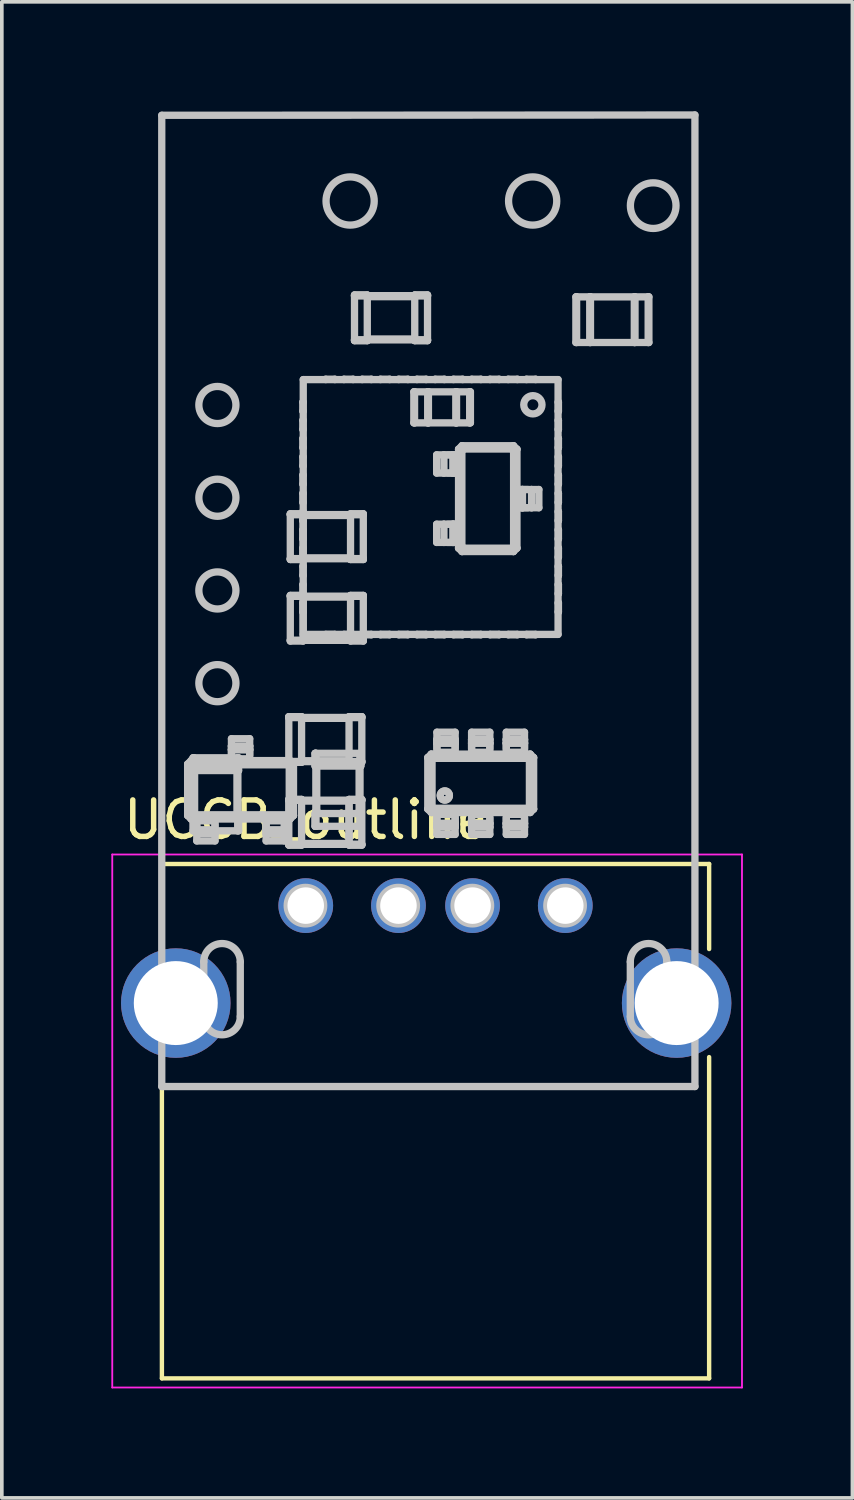
<source format=kicad_pcb>
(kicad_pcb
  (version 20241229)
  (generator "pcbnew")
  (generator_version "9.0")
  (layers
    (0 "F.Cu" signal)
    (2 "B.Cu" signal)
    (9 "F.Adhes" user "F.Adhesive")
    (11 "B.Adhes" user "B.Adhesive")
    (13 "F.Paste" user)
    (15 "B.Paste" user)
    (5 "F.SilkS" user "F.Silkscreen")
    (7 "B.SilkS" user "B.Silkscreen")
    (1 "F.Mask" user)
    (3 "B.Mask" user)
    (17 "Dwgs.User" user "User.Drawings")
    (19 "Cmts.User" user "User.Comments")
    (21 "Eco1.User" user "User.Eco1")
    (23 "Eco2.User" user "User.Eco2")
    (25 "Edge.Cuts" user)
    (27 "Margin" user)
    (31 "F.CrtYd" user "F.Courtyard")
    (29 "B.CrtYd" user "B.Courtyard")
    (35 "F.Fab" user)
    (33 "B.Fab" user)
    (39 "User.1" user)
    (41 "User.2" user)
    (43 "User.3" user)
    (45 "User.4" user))
  (footprint "UCCB_outline"
    (layer "F.Cu")
    (at 5.325 21.757)
    (property "Reference" "UCCB_outline" (at 0 -2.35 0) (layer "F.SilkS") (effects (font (size 1 1) (thickness 0.15))))
    (attr through_hole)
    (fp_line (start -3.94 -1.14) (end -3.94 0.98) (stroke (width 0.12) (type solid)) (layer "F.SilkS"))
    (fp_line (start -3.94 4.35) (end -3.94 12.95) (stroke (width 0.12) (type solid)) (layer "F.SilkS"))
    (fp_line (start 11.05 -1.14) (end -3.94 -1.14) (stroke (width 0.12) (type solid)) (layer "F.SilkS"))
    (fp_line (start 11.05 -1.14) (end 11.05 1.19) (stroke (width 0.12) (type solid)) (layer "F.SilkS"))
    (fp_line (start 11.05 4.15) (end 11.05 12.95) (stroke (width 0.12) (type solid)) (layer "F.SilkS"))
    (fp_line (start 11.05 12.95) (end -3.94 12.95) (stroke (width 0.12) (type solid)) (layer "F.SilkS"))
    (fp_line (start -3.944 -21.649) (end 10.661 -21.657) (stroke (width 0.2) (type solid)) (layer "Dwgs.User"))
    (fp_line (start -3.944 4.956) (end -3.944 -21.649) (stroke (width 0.2) (type solid)) (layer "Dwgs.User"))
    (fp_line (start -3.235 -3.877) (end -3.21 -3.865) (stroke (width 0.2) (type solid)) (layer "Dwgs.User"))
    (fp_line (start -3.235 -3.877) (end -3.14 -3.972) (stroke (width 0.2) (type solid)) (layer "Dwgs.User"))
    (fp_line (start -3.235 -2.467) (end -3.235 -3.877) (stroke (width 0.2) (type solid)) (layer "Dwgs.User"))
    (fp_line (start -3.235 -2.467) (end -3.21 -2.479) (stroke (width 0.2) (type solid)) (layer "Dwgs.User"))
    (fp_line (start -3.21 -3.865) (end -3.128 -3.947) (stroke (width 0.2) (type solid)) (layer "Dwgs.User"))
    (fp_line (start -3.21 -3.865) (end -3.119 -3.819) (stroke (width 0.2) (type solid)) (layer "Dwgs.User"))
    (fp_line (start -3.21 -2.479) (end -3.21 -3.865) (stroke (width 0.2) (type solid)) (layer "Dwgs.User"))
    (fp_line (start -3.21 -2.479) (end -3.119 -2.525) (stroke (width 0.2) (type solid)) (layer "Dwgs.User"))
    (fp_line (start -3.14 -3.972) (end -3.128 -3.947) (stroke (width 0.2) (type solid)) (layer "Dwgs.User"))
    (fp_line (start -3.14 -3.972) (end -2.035 -3.972) (stroke (width 0.2) (type solid)) (layer "Dwgs.User"))
    (fp_line (start -3.14 -2.372) (end -3.235 -2.467) (stroke (width 0.2) (type solid)) (layer "Dwgs.User"))
    (fp_line (start -3.14 -2.372) (end -3.128 -2.397) (stroke (width 0.2) (type solid)) (layer "Dwgs.User"))
    (fp_line (start -3.128 -3.947) (end -3.082 -3.856) (stroke (width 0.2) (type solid)) (layer "Dwgs.User"))
    (fp_line (start -3.128 -3.947) (end -2.035 -3.947) (stroke (width 0.2) (type solid)) (layer "Dwgs.User"))
    (fp_line (start -3.128 -2.397) (end -3.21 -2.479) (stroke (width 0.2) (type solid)) (layer "Dwgs.User"))
    (fp_line (start -3.128 -2.397) (end -3.082 -2.488) (stroke (width 0.2) (type solid)) (layer "Dwgs.User"))
    (fp_line (start -3.119 -3.819) (end -3.082 -3.856) (stroke (width 0.2) (type solid)) (layer "Dwgs.User"))
    (fp_line (start -3.119 -2.525) (end -3.119 -3.819) (stroke (width 0.2) (type solid)) (layer "Dwgs.User"))
    (fp_line (start -3.089 -4.049) (end -3.089 -3.699) (stroke (width 0.2) (type solid)) (layer "Dwgs.User"))
    (fp_line (start -3.089 -4.049) (end -3.064 -4.049) (stroke (width 0.2) (type solid)) (layer "Dwgs.User"))
    (fp_line (start -3.089 -3.699) (end -3.064 -3.699) (stroke (width 0.2) (type solid)) (layer "Dwgs.User"))
    (fp_line (start -3.089 -2.399) (end -3.089 -2.049) (stroke (width 0.2) (type solid)) (layer "Dwgs.User"))
    (fp_line (start -3.089 -2.399) (end -3.064 -2.399) (stroke (width 0.2) (type solid)) (layer "Dwgs.User"))
    (fp_line (start -3.089 -2.049) (end -3.064 -2.049) (stroke (width 0.2) (type solid)) (layer "Dwgs.User"))
    (fp_line (start -3.082 -3.856) (end -0.489 -3.856) (stroke (width 0.2) (type solid)) (layer "Dwgs.User"))
    (fp_line (start -3.082 -2.488) (end -3.119 -2.525) (stroke (width 0.2) (type solid)) (layer "Dwgs.User"))
    (fp_line (start -3.069 -3.699) (end -3.069 -2.399) (stroke (width 0.2) (type solid)) (layer "Dwgs.User"))
    (fp_line (start -3.064 -4.049) (end -3.064 -3.699) (stroke (width 0.2) (type solid)) (layer "Dwgs.User"))
    (fp_line (start -3.064 -2.399) (end -3.064 -2.049) (stroke (width 0.2) (type solid)) (layer "Dwgs.User"))
    (fp_line (start -3.044 -3.699) (end -3.044 -2.399) (stroke (width 0.2) (type solid)) (layer "Dwgs.User"))
    (fp_line (start -2.985 -2.397) (end -3.128 -2.397) (stroke (width 0.2) (type solid)) (layer "Dwgs.User"))
    (fp_line (start -2.985 -2.372) (end -3.14 -2.372) (stroke (width 0.2) (type solid)) (layer "Dwgs.User"))
    (fp_line (start -2.985 -2.372) (end -2.985 -2.397) (stroke (width 0.2) (type solid)) (layer "Dwgs.User"))
    (fp_line (start -2.985 -2.322) (end -2.985 -2.372) (stroke (width 0.2) (type solid)) (layer "Dwgs.User"))
    (fp_line (start -2.985 -2.222) (end -2.985 -1.972) (stroke (width 0.2) (type solid)) (layer "Dwgs.User"))
    (fp_line (start -2.985 -2.072) (end -2.985 -2.322) (stroke (width 0.2) (type solid)) (layer "Dwgs.User"))
    (fp_line (start -2.985 -1.972) (end -2.985 -2.072) (stroke (width 0.2) (type solid)) (layer "Dwgs.User"))
    (fp_line (start -2.985 -1.772) (end -2.985 -1.972) (stroke (width 0.2) (type solid)) (layer "Dwgs.User"))
    (fp_line (start -2.793 1.539) (end -2.793 3.039) (stroke (width 0.2) (type solid)) (layer "Dwgs.User"))
    (fp_line (start -2.485 -2.397) (end -2.985 -2.397) (stroke (width 0.2) (type solid)) (layer "Dwgs.User"))
    (fp_line (start -2.485 -2.372) (end -2.485 -2.397) (stroke (width 0.2) (type solid)) (layer "Dwgs.User"))
    (fp_line (start -2.485 -2.322) (end -2.985 -2.322) (stroke (width 0.2) (type solid)) (layer "Dwgs.User"))
    (fp_line (start -2.485 -2.322) (end -2.485 -2.372) (stroke (width 0.2) (type solid)) (layer "Dwgs.User"))
    (fp_line (start -2.485 -2.222) (end -2.485 -1.972) (stroke (width 0.2) (type solid)) (layer "Dwgs.User"))
    (fp_line (start -2.485 -2.072) (end -2.985 -2.072) (stroke (width 0.2) (type solid)) (layer "Dwgs.User"))
    (fp_line (start -2.485 -2.072) (end -2.985 -2.072) (stroke (width 0.2) (type solid)) (layer "Dwgs.User"))
    (fp_line (start -2.485 -2.072) (end -2.485 -2.322) (stroke (width 0.2) (type solid)) (layer "Dwgs.User"))
    (fp_line (start -2.485 -1.972) (end -2.985 -1.972) (stroke (width 0.2) (type solid)) (layer "Dwgs.User"))
    (fp_line (start -2.485 -1.972) (end -2.485 -2.072) (stroke (width 0.2) (type solid)) (layer "Dwgs.User"))
    (fp_line (start -2.485 -1.772) (end -2.985 -1.772) (stroke (width 0.2) (type solid)) (layer "Dwgs.User"))
    (fp_line (start -2.485 -1.772) (end -2.485 -1.972) (stroke (width 0.2) (type solid)) (layer "Dwgs.User"))
    (fp_line (start -2.035 -4.572) (end -2.035 -4.372) (stroke (width 0.2) (type solid)) (layer "Dwgs.User"))
    (fp_line (start -2.035 -4.572) (end -1.535 -4.572) (stroke (width 0.2) (type solid)) (layer "Dwgs.User"))
    (fp_line (start -2.035 -4.372) (end -2.035 -4.272) (stroke (width 0.2) (type solid)) (layer "Dwgs.User"))
    (fp_line (start -2.035 -4.372) (end -1.535 -4.372) (stroke (width 0.2) (type solid)) (layer "Dwgs.User"))
    (fp_line (start -2.035 -4.272) (end -2.035 -4.022) (stroke (width 0.2) (type solid)) (layer "Dwgs.User"))
    (fp_line (start -2.035 -4.272) (end -1.535 -4.272) (stroke (width 0.2) (type solid)) (layer "Dwgs.User"))
    (fp_line (start -2.035 -4.272) (end -1.535 -4.272) (stroke (width 0.2) (type solid)) (layer "Dwgs.User"))
    (fp_line (start -2.035 -4.122) (end -2.035 -4.372) (stroke (width 0.2) (type solid)) (layer "Dwgs.User"))
    (fp_line (start -2.035 -4.022) (end -2.035 -3.972) (stroke (width 0.2) (type solid)) (layer "Dwgs.User"))
    (fp_line (start -2.035 -4.022) (end -1.535 -4.022) (stroke (width 0.2) (type solid)) (layer "Dwgs.User"))
    (fp_line (start -2.035 -3.972) (end -2.035 -3.947) (stroke (width 0.2) (type solid)) (layer "Dwgs.User"))
    (fp_line (start -2.035 -3.947) (end -1.535 -3.947) (stroke (width 0.2) (type solid)) (layer "Dwgs.User"))
    (fp_line (start -1.884 -3.699) (end -1.884 -2.399) (stroke (width 0.2) (type solid)) (layer "Dwgs.User"))
    (fp_line (start -1.864 -4.049) (end -3.064 -4.049) (stroke (width 0.2) (type solid)) (layer "Dwgs.User"))
    (fp_line (start -1.864 -4.049) (end -1.864 -3.699) (stroke (width 0.2) (type solid)) (layer "Dwgs.User"))
    (fp_line (start -1.864 -3.699) (end -3.064 -3.699) (stroke (width 0.2) (type solid)) (layer "Dwgs.User"))
    (fp_line (start -1.864 -2.399) (end -3.064 -2.399) (stroke (width 0.2) (type solid)) (layer "Dwgs.User"))
    (fp_line (start -1.864 -2.399) (end -1.864 -2.049) (stroke (width 0.2) (type solid)) (layer "Dwgs.User"))
    (fp_line (start -1.864 -2.049) (end -3.064 -2.049) (stroke (width 0.2) (type solid)) (layer "Dwgs.User"))
    (fp_line (start -1.859 -3.699) (end -1.859 -2.399) (stroke (width 0.2) (type solid)) (layer "Dwgs.User"))
    (fp_line (start -1.839 -4.049) (end -1.864 -4.049) (stroke (width 0.2) (type solid)) (layer "Dwgs.User"))
    (fp_line (start -1.839 -4.049) (end -1.839 -3.699) (stroke (width 0.2) (type solid)) (layer "Dwgs.User"))
    (fp_line (start -1.839 -3.699) (end -1.864 -3.699) (stroke (width 0.2) (type solid)) (layer "Dwgs.User"))
    (fp_line (start -1.839 -2.399) (end -1.864 -2.399) (stroke (width 0.2) (type solid)) (layer "Dwgs.User"))
    (fp_line (start -1.839 -2.399) (end -1.839 -2.049) (stroke (width 0.2) (type solid)) (layer "Dwgs.User"))
    (fp_line (start -1.839 -2.049) (end -1.864 -2.049) (stroke (width 0.2) (type solid)) (layer "Dwgs.User"))
    (fp_line (start -1.793 3.039) (end -1.793 1.539) (stroke (width 0.2) (type solid)) (layer "Dwgs.User"))
    (fp_line (start -1.535 -4.572) (end -1.535 -4.372) (stroke (width 0.2) (type solid)) (layer "Dwgs.User"))
    (fp_line (start -1.535 -4.372) (end -1.535 -4.272) (stroke (width 0.2) (type solid)) (layer "Dwgs.User"))
    (fp_line (start -1.535 -4.272) (end -1.535 -4.022) (stroke (width 0.2) (type solid)) (layer "Dwgs.User"))
    (fp_line (start -1.535 -4.122) (end -1.535 -4.372) (stroke (width 0.2) (type solid)) (layer "Dwgs.User"))
    (fp_line (start -1.535 -4.022) (end -1.535 -3.972) (stroke (width 0.2) (type solid)) (layer "Dwgs.User"))
    (fp_line (start -1.535 -3.972) (end -1.535 -3.947) (stroke (width 0.2) (type solid)) (layer "Dwgs.User"))
    (fp_line (start -1.535 -3.972) (end -0.43 -3.972) (stroke (width 0.2) (type solid)) (layer "Dwgs.User"))
    (fp_line (start -1.535 -3.947) (end -0.443 -3.947) (stroke (width 0.2) (type solid)) (layer "Dwgs.User"))
    (fp_line (start -1.085 -2.397) (end -2.485 -2.397) (stroke (width 0.2) (type solid)) (layer "Dwgs.User"))
    (fp_line (start -1.085 -2.372) (end -2.485 -2.372) (stroke (width 0.2) (type solid)) (layer "Dwgs.User"))
    (fp_line (start -1.085 -2.372) (end -1.085 -2.397) (stroke (width 0.2) (type solid)) (layer "Dwgs.User"))
    (fp_line (start -1.085 -2.322) (end -1.085 -2.372) (stroke (width 0.2) (type solid)) (layer "Dwgs.User"))
    (fp_line (start -1.085 -2.222) (end -1.085 -1.972) (stroke (width 0.2) (type solid)) (layer "Dwgs.User"))
    (fp_line (start -1.085 -2.072) (end -1.085 -2.322) (stroke (width 0.2) (type solid)) (layer "Dwgs.User"))
    (fp_line (start -1.085 -1.972) (end -1.085 -2.072) (stroke (width 0.2) (type solid)) (layer "Dwgs.User"))
    (fp_line (start -1.085 -1.772) (end -1.085 -1.972) (stroke (width 0.2) (type solid)) (layer "Dwgs.User"))
    (fp_line (start -0.585 -2.397) (end -1.085 -2.397) (stroke (width 0.2) (type solid)) (layer "Dwgs.User"))
    (fp_line (start -0.585 -2.372) (end -0.585 -2.397) (stroke (width 0.2) (type solid)) (layer "Dwgs.User"))
    (fp_line (start -0.585 -2.322) (end -1.085 -2.322) (stroke (width 0.2) (type solid)) (layer "Dwgs.User"))
    (fp_line (start -0.585 -2.322) (end -0.585 -2.372) (stroke (width 0.2) (type solid)) (layer "Dwgs.User"))
    (fp_line (start -0.585 -2.222) (end -0.585 -1.972) (stroke (width 0.2) (type solid)) (layer "Dwgs.User"))
    (fp_line (start -0.585 -2.072) (end -1.085 -2.072) (stroke (width 0.2) (type solid)) (layer "Dwgs.User"))
    (fp_line (start -0.585 -2.072) (end -1.085 -2.072) (stroke (width 0.2) (type solid)) (layer "Dwgs.User"))
    (fp_line (start -0.585 -2.072) (end -0.585 -2.322) (stroke (width 0.2) (type solid)) (layer "Dwgs.User"))
    (fp_line (start -0.585 -1.972) (end -1.085 -1.972) (stroke (width 0.2) (type solid)) (layer "Dwgs.User"))
    (fp_line (start -0.585 -1.972) (end -0.585 -2.072) (stroke (width 0.2) (type solid)) (layer "Dwgs.User"))
    (fp_line (start -0.585 -1.772) (end -1.085 -1.772) (stroke (width 0.2) (type solid)) (layer "Dwgs.User"))
    (fp_line (start -0.585 -1.772) (end -0.585 -1.972) (stroke (width 0.2) (type solid)) (layer "Dwgs.User"))
    (fp_line (start -0.489 -3.856) (end -0.452 -3.819) (stroke (width 0.2) (type solid)) (layer "Dwgs.User"))
    (fp_line (start -0.489 -2.488) (end -3.082 -2.488) (stroke (width 0.2) (type solid)) (layer "Dwgs.User"))
    (fp_line (start -0.464 -5.174) (end -0.464 -5.149) (stroke (width 0.2) (type solid)) (layer "Dwgs.User"))
    (fp_line (start -0.464 -3.949) (end -0.464 -5.149) (stroke (width 0.2) (type solid)) (layer "Dwgs.User"))
    (fp_line (start -0.464 -3.924) (end -0.464 -3.949) (stroke (width 0.2) (type solid)) (layer "Dwgs.User"))
    (fp_line (start -0.464 -2.908) (end -0.464 -2.883) (stroke (width 0.2) (type solid)) (layer "Dwgs.User"))
    (fp_line (start -0.464 -1.683) (end -0.464 -2.883) (stroke (width 0.2) (type solid)) (layer "Dwgs.User"))
    (fp_line (start -0.464 -1.658) (end -0.464 -1.683) (stroke (width 0.2) (type solid)) (layer "Dwgs.User"))
    (fp_line (start -0.452 -3.819) (end -0.452 -2.525) (stroke (width 0.2) (type solid)) (layer "Dwgs.User"))
    (fp_line (start -0.452 -2.525) (end -0.489 -2.488) (stroke (width 0.2) (type solid)) (layer "Dwgs.User"))
    (fp_line (start -0.443 -3.947) (end -0.489 -3.856) (stroke (width 0.2) (type solid)) (layer "Dwgs.User"))
    (fp_line (start -0.443 -3.947) (end -0.36 -3.865) (stroke (width 0.2) (type solid)) (layer "Dwgs.User"))
    (fp_line (start -0.443 -2.397) (end -0.585 -2.397) (stroke (width 0.2) (type solid)) (layer "Dwgs.User"))
    (fp_line (start -0.443 -2.397) (end -0.489 -2.488) (stroke (width 0.2) (type solid)) (layer "Dwgs.User"))
    (fp_line (start -0.43 -3.972) (end -0.443 -3.947) (stroke (width 0.2) (type solid)) (layer "Dwgs.User"))
    (fp_line (start -0.43 -3.972) (end -0.335 -3.877) (stroke (width 0.2) (type solid)) (layer "Dwgs.User"))
    (fp_line (start -0.43 -2.372) (end -0.585 -2.372) (stroke (width 0.2) (type solid)) (layer "Dwgs.User"))
    (fp_line (start -0.43 -2.372) (end -0.443 -2.397) (stroke (width 0.2) (type solid)) (layer "Dwgs.User"))
    (fp_line (start -0.423 -10.731) (end -0.423 -10.706) (stroke (width 0.2) (type solid)) (layer "Dwgs.User"))
    (fp_line (start -0.423 -9.506) (end -0.423 -10.706) (stroke (width 0.2) (type solid)) (layer "Dwgs.User"))
    (fp_line (start -0.423 -9.481) (end -0.423 -9.506) (stroke (width 0.2) (type solid)) (layer "Dwgs.User"))
    (fp_line (start -0.423 -8.496) (end -0.423 -8.471) (stroke (width 0.2) (type solid)) (layer "Dwgs.User"))
    (fp_line (start -0.423 -7.271) (end -0.423 -8.471) (stroke (width 0.2) (type solid)) (layer "Dwgs.User"))
    (fp_line (start -0.423 -7.246) (end -0.423 -7.271) (stroke (width 0.2) (type solid)) (layer "Dwgs.User"))
    (fp_line (start -0.36 -3.865) (end -0.452 -3.819) (stroke (width 0.2) (type solid)) (layer "Dwgs.User"))
    (fp_line (start -0.36 -3.865) (end -0.36 -2.479) (stroke (width 0.2) (type solid)) (layer "Dwgs.User"))
    (fp_line (start -0.36 -2.479) (end -0.452 -2.525) (stroke (width 0.2) (type solid)) (layer "Dwgs.User"))
    (fp_line (start -0.36 -2.479) (end -0.443 -2.397) (stroke (width 0.2) (type solid)) (layer "Dwgs.User"))
    (fp_line (start -0.335 -3.877) (end -0.36 -3.865) (stroke (width 0.2) (type solid)) (layer "Dwgs.User"))
    (fp_line (start -0.335 -3.877) (end -0.335 -2.467) (stroke (width 0.2) (type solid)) (layer "Dwgs.User"))
    (fp_line (start -0.335 -2.467) (end -0.43 -2.372) (stroke (width 0.2) (type solid)) (layer "Dwgs.User"))
    (fp_line (start -0.335 -2.467) (end -0.36 -2.479) (stroke (width 0.2) (type solid)) (layer "Dwgs.User"))
    (fp_line (start -0.114 -5.174) (end -0.464 -5.174) (stroke (width 0.2) (type solid)) (layer "Dwgs.User"))
    (fp_line (start -0.114 -5.174) (end -0.464 -5.174) (stroke (width 0.2) (type solid)) (layer "Dwgs.User"))
    (fp_line (start -0.114 -5.174) (end -0.114 -5.149) (stroke (width 0.2) (type solid)) (layer "Dwgs.User"))
    (fp_line (start -0.114 -5.149) (end -0.464 -5.149) (stroke (width 0.2) (type solid)) (layer "Dwgs.User"))
    (fp_line (start -0.114 -3.949) (end -0.464 -3.949) (stroke (width 0.2) (type solid)) (layer "Dwgs.User"))
    (fp_line (start -0.114 -3.949) (end -0.114 -5.149) (stroke (width 0.2) (type solid)) (layer "Dwgs.User"))
    (fp_line (start -0.114 -3.924) (end -0.464 -3.924) (stroke (width 0.2) (type solid)) (layer "Dwgs.User"))
    (fp_line (start -0.114 -3.924) (end -0.114 -3.949) (stroke (width 0.2) (type solid)) (layer "Dwgs.User"))
    (fp_line (start -0.114 -2.908) (end -0.464 -2.908) (stroke (width 0.2) (type solid)) (layer "Dwgs.User"))
    (fp_line (start -0.114 -2.908) (end -0.464 -2.908) (stroke (width 0.2) (type solid)) (layer "Dwgs.User"))
    (fp_line (start -0.114 -2.908) (end -0.114 -2.883) (stroke (width 0.2) (type solid)) (layer "Dwgs.User"))
    (fp_line (start -0.114 -2.883) (end -0.464 -2.883) (stroke (width 0.2) (type solid)) (layer "Dwgs.User"))
    (fp_line (start -0.114 -1.683) (end -0.464 -1.683) (stroke (width 0.2) (type solid)) (layer "Dwgs.User"))
    (fp_line (start -0.114 -1.683) (end -0.114 -2.883) (stroke (width 0.2) (type solid)) (layer "Dwgs.User"))
    (fp_line (start -0.114 -1.658) (end -0.464 -1.658) (stroke (width 0.2) (type solid)) (layer "Dwgs.User"))
    (fp_line (start -0.114 -1.658) (end -0.464 -1.658) (stroke (width 0.2) (type solid)) (layer "Dwgs.User"))
    (fp_line (start -0.114 -1.658) (end -0.114 -1.683) (stroke (width 0.2) (type solid)) (layer "Dwgs.User"))
    (fp_line (start -0.078 -13.794) (end -0.078 -13.544) (stroke (width 0.2) (type solid)) (layer "Dwgs.User"))
    (fp_line (start -0.078 -13.544) (end -0.068 -13.544) (stroke (width 0.2) (type solid)) (layer "Dwgs.User"))
    (fp_line (start -0.078 -13.294) (end -0.078 -13.044) (stroke (width 0.2) (type solid)) (layer "Dwgs.User"))
    (fp_line (start -0.078 -13.044) (end -0.068 -13.044) (stroke (width 0.2) (type solid)) (layer "Dwgs.User"))
    (fp_line (start -0.078 -12.794) (end -0.078 -12.544) (stroke (width 0.2) (type solid)) (layer "Dwgs.User"))
    (fp_line (start -0.078 -12.544) (end -0.068 -12.544) (stroke (width 0.2) (type solid)) (layer "Dwgs.User"))
    (fp_line (start -0.078 -12.294) (end -0.078 -12.044) (stroke (width 0.2) (type solid)) (layer "Dwgs.User"))
    (fp_line (start -0.078 -12.044) (end -0.068 -12.044) (stroke (width 0.2) (type solid)) (layer "Dwgs.User"))
    (fp_line (start -0.078 -11.794) (end -0.078 -11.544) (stroke (width 0.2) (type solid)) (layer "Dwgs.User"))
    (fp_line (start -0.078 -11.544) (end -0.068 -11.544) (stroke (width 0.2) (type solid)) (layer "Dwgs.User"))
    (fp_line (start -0.078 -11.294) (end -0.078 -11.044) (stroke (width 0.2) (type solid)) (layer "Dwgs.User"))
    (fp_line (start -0.078 -11.044) (end -0.068 -11.044) (stroke (width 0.2) (type solid)) (layer "Dwgs.User"))
    (fp_line (start -0.078 -10.794) (end -0.078 -10.544) (stroke (width 0.2) (type solid)) (layer "Dwgs.User"))
    (fp_line (start -0.078 -10.544) (end -0.068 -10.544) (stroke (width 0.2) (type solid)) (layer "Dwgs.User"))
    (fp_line (start -0.078 -10.294) (end -0.078 -10.044) (stroke (width 0.2) (type solid)) (layer "Dwgs.User"))
    (fp_line (start -0.078 -10.044) (end -0.068 -10.044) (stroke (width 0.2) (type solid)) (layer "Dwgs.User"))
    (fp_line (start -0.078 -9.794) (end -0.078 -9.544) (stroke (width 0.2) (type solid)) (layer "Dwgs.User"))
    (fp_line (start -0.078 -9.544) (end -0.068 -9.544) (stroke (width 0.2) (type solid)) (layer "Dwgs.User"))
    (fp_line (start -0.078 -9.294) (end -0.078 -9.044) (stroke (width 0.2) (type solid)) (layer "Dwgs.User"))
    (fp_line (start -0.078 -9.044) (end -0.068 -9.044) (stroke (width 0.2) (type solid)) (layer "Dwgs.User"))
    (fp_line (start -0.078 -8.794) (end -0.078 -8.544) (stroke (width 0.2) (type solid)) (layer "Dwgs.User"))
    (fp_line (start -0.078 -8.544) (end -0.068 -8.544) (stroke (width 0.2) (type solid)) (layer "Dwgs.User"))
    (fp_line (start -0.078 -8.294) (end -0.078 -8.044) (stroke (width 0.2) (type solid)) (layer "Dwgs.User"))
    (fp_line (start -0.078 -8.044) (end -0.068 -8.044) (stroke (width 0.2) (type solid)) (layer "Dwgs.User"))
    (fp_line (start -0.073 -10.731) (end -0.423 -10.731) (stroke (width 0.2) (type solid)) (layer "Dwgs.User"))
    (fp_line (start -0.073 -10.731) (end -0.423 -10.731) (stroke (width 0.2) (type solid)) (layer "Dwgs.User"))
    (fp_line (start -0.073 -10.731) (end -0.073 -10.706) (stroke (width 0.2) (type solid)) (layer "Dwgs.User"))
    (fp_line (start -0.073 -10.706) (end -0.423 -10.706) (stroke (width 0.2) (type solid)) (layer "Dwgs.User"))
    (fp_line (start -0.073 -9.506) (end -0.423 -9.506) (stroke (width 0.2) (type solid)) (layer "Dwgs.User"))
    (fp_line (start -0.073 -9.506) (end -0.073 -10.706) (stroke (width 0.2) (type solid)) (layer "Dwgs.User"))
    (fp_line (start -0.073 -9.481) (end -0.423 -9.481) (stroke (width 0.2) (type solid)) (layer "Dwgs.User"))
    (fp_line (start -0.073 -9.481) (end -0.423 -9.481) (stroke (width 0.2) (type solid)) (layer "Dwgs.User"))
    (fp_line (start -0.073 -9.481) (end -0.073 -9.506) (stroke (width 0.2) (type solid)) (layer "Dwgs.User"))
    (fp_line (start -0.073 -8.496) (end -0.423 -8.496) (stroke (width 0.2) (type solid)) (layer "Dwgs.User"))
    (fp_line (start -0.073 -8.496) (end -0.423 -8.496) (stroke (width 0.2) (type solid)) (layer "Dwgs.User"))
    (fp_line (start -0.073 -8.496) (end -0.073 -8.471) (stroke (width 0.2) (type solid)) (layer "Dwgs.User"))
    (fp_line (start -0.073 -8.471) (end -0.423 -8.471) (stroke (width 0.2) (type solid)) (layer "Dwgs.User"))
    (fp_line (start -0.073 -7.271) (end -0.423 -7.271) (stroke (width 0.2) (type solid)) (layer "Dwgs.User"))
    (fp_line (start -0.073 -7.271) (end -0.073 -8.471) (stroke (width 0.2) (type solid)) (layer "Dwgs.User"))
    (fp_line (start -0.073 -7.246) (end -0.423 -7.246) (stroke (width 0.2) (type solid)) (layer "Dwgs.User"))
    (fp_line (start -0.073 -7.246) (end -0.073 -7.271) (stroke (width 0.2) (type solid)) (layer "Dwgs.User"))
    (fp_line (start -0.068 -14.409) (end -0.068 -7.429) (stroke (width 0.2) (type solid)) (layer "Dwgs.User"))
    (fp_line (start -0.068 -13.794) (end -0.078 -13.794) (stroke (width 0.2) (type solid)) (layer "Dwgs.User"))
    (fp_line (start -0.068 -13.294) (end -0.078 -13.294) (stroke (width 0.2) (type solid)) (layer "Dwgs.User"))
    (fp_line (start -0.068 -12.794) (end -0.078 -12.794) (stroke (width 0.2) (type solid)) (layer "Dwgs.User"))
    (fp_line (start -0.068 -12.294) (end -0.078 -12.294) (stroke (width 0.2) (type solid)) (layer "Dwgs.User"))
    (fp_line (start -0.068 -11.794) (end -0.078 -11.794) (stroke (width 0.2) (type solid)) (layer "Dwgs.User"))
    (fp_line (start -0.068 -11.294) (end -0.078 -11.294) (stroke (width 0.2) (type solid)) (layer "Dwgs.User"))
    (fp_line (start -0.068 -10.794) (end -0.078 -10.794) (stroke (width 0.2) (type solid)) (layer "Dwgs.User"))
    (fp_line (start -0.068 -10.294) (end -0.078 -10.294) (stroke (width 0.2) (type solid)) (layer "Dwgs.User"))
    (fp_line (start -0.068 -9.794) (end -0.078 -9.794) (stroke (width 0.2) (type solid)) (layer "Dwgs.User"))
    (fp_line (start -0.068 -9.294) (end -0.078 -9.294) (stroke (width 0.2) (type solid)) (layer "Dwgs.User"))
    (fp_line (start -0.068 -8.794) (end -0.078 -8.794) (stroke (width 0.2) (type solid)) (layer "Dwgs.User"))
    (fp_line (start -0.068 -8.294) (end -0.078 -8.294) (stroke (width 0.2) (type solid)) (layer "Dwgs.User"))
    (fp_line (start 0.257 -4.172) (end 0.257 -3.822) (stroke (width 0.2) (type solid)) (layer "Dwgs.User"))
    (fp_line (start 0.257 -4.172) (end 0.257 -3.822) (stroke (width 0.2) (type solid)) (layer "Dwgs.User"))
    (fp_line (start 0.257 -4.172) (end 0.282 -4.172) (stroke (width 0.2) (type solid)) (layer "Dwgs.User"))
    (fp_line (start 0.257 -3.822) (end 0.282 -3.822) (stroke (width 0.2) (type solid)) (layer "Dwgs.User"))
    (fp_line (start 0.257 -2.522) (end 0.257 -2.172) (stroke (width 0.2) (type solid)) (layer "Dwgs.User"))
    (fp_line (start 0.257 -2.522) (end 0.257 -2.172) (stroke (width 0.2) (type solid)) (layer "Dwgs.User"))
    (fp_line (start 0.257 -2.522) (end 0.282 -2.522) (stroke (width 0.2) (type solid)) (layer "Dwgs.User"))
    (fp_line (start 0.257 -2.172) (end 0.282 -2.172) (stroke (width 0.2) (type solid)) (layer "Dwgs.User"))
    (fp_line (start 0.277 -3.822) (end 0.277 -2.522) (stroke (width 0.2) (type solid)) (layer "Dwgs.User"))
    (fp_line (start 0.282 -4.172) (end 0.282 -3.822) (stroke (width 0.2) (type solid)) (layer "Dwgs.User"))
    (fp_line (start 0.282 -4.172) (end 1.482 -4.172) (stroke (width 0.2) (type solid)) (layer "Dwgs.User"))
    (fp_line (start 0.282 -3.822) (end 1.482 -3.822) (stroke (width 0.2) (type solid)) (layer "Dwgs.User"))
    (fp_line (start 0.282 -2.522) (end 0.282 -2.172) (stroke (width 0.2) (type solid)) (layer "Dwgs.User"))
    (fp_line (start 0.282 -2.522) (end 1.482 -2.522) (stroke (width 0.2) (type solid)) (layer "Dwgs.User"))
    (fp_line (start 0.282 -2.172) (end 1.482 -2.172) (stroke (width 0.2) (type solid)) (layer "Dwgs.User"))
    (fp_line (start 0.302 -3.822) (end 0.302 -2.522) (stroke (width 0.2) (type solid)) (layer "Dwgs.User"))
    (fp_line (start 0.547 -14.419) (end 0.547 -14.409) (stroke (width 0.2) (type solid)) (layer "Dwgs.User"))
    (fp_line (start 0.547 -7.429) (end 0.547 -7.419) (stroke (width 0.2) (type solid)) (layer "Dwgs.User"))
    (fp_line (start 0.547 -7.429) (end 0.797 -7.429) (stroke (width 0.2) (type solid)) (layer "Dwgs.User"))
    (fp_line (start 0.547 -7.419) (end 0.797 -7.419) (stroke (width 0.2) (type solid)) (layer "Dwgs.User"))
    (fp_line (start 0.797 -14.419) (end 0.547 -14.419) (stroke (width 0.2) (type solid)) (layer "Dwgs.User"))
    (fp_line (start 0.797 -14.409) (end 0.797 -14.419) (stroke (width 0.2) (type solid)) (layer "Dwgs.User"))
    (fp_line (start 0.797 -7.419) (end 0.797 -7.429) (stroke (width 0.2) (type solid)) (layer "Dwgs.User"))
    (fp_line (start 1.047 -14.419) (end 1.047 -14.409) (stroke (width 0.2) (type solid)) (layer "Dwgs.User"))
    (fp_line (start 1.047 -7.429) (end 1.047 -7.419) (stroke (width 0.2) (type solid)) (layer "Dwgs.User"))
    (fp_line (start 1.047 -7.429) (end 1.297 -7.429) (stroke (width 0.2) (type solid)) (layer "Dwgs.User"))
    (fp_line (start 1.047 -7.419) (end 1.297 -7.419) (stroke (width 0.2) (type solid)) (layer "Dwgs.User"))
    (fp_line (start 1.186 -5.174) (end 1.186 -5.149) (stroke (width 0.2) (type solid)) (layer "Dwgs.User"))
    (fp_line (start 1.186 -5.154) (end -0.114 -5.154) (stroke (width 0.2) (type solid)) (layer "Dwgs.User"))
    (fp_line (start 1.186 -5.129) (end -0.114 -5.129) (stroke (width 0.2) (type solid)) (layer "Dwgs.User"))
    (fp_line (start 1.186 -3.969) (end -0.114 -3.969) (stroke (width 0.2) (type solid)) (layer "Dwgs.User"))
    (fp_line (start 1.186 -3.949) (end 1.186 -5.149) (stroke (width 0.2) (type solid)) (layer "Dwgs.User"))
    (fp_line (start 1.186 -3.944) (end -0.114 -3.944) (stroke (width 0.2) (type solid)) (layer "Dwgs.User"))
    (fp_line (start 1.186 -3.924) (end 1.186 -3.949) (stroke (width 0.2) (type solid)) (layer "Dwgs.User"))
    (fp_line (start 1.186 -2.908) (end 1.186 -2.883) (stroke (width 0.2) (type solid)) (layer "Dwgs.User"))
    (fp_line (start 1.186 -2.888) (end -0.114 -2.888) (stroke (width 0.2) (type solid)) (layer "Dwgs.User"))
    (fp_line (start 1.186 -2.883) (end 1.186 -2.863) (stroke (width 0.2) (type solid)) (layer "Dwgs.User"))
    (fp_line (start 1.186 -2.863) (end -0.114 -2.863) (stroke (width 0.2) (type solid)) (layer "Dwgs.User"))
    (fp_line (start 1.186 -1.703) (end -0.114 -1.703) (stroke (width 0.2) (type solid)) (layer "Dwgs.User"))
    (fp_line (start 1.186 -1.703) (end 1.186 -2.863) (stroke (width 0.2) (type solid)) (layer "Dwgs.User"))
    (fp_line (start 1.186 -1.683) (end 1.186 -2.883) (stroke (width 0.2) (type solid)) (layer "Dwgs.User"))
    (fp_line (start 1.186 -1.678) (end -0.114 -1.678) (stroke (width 0.2) (type solid)) (layer "Dwgs.User"))
    (fp_line (start 1.186 -1.658) (end 1.186 -1.683) (stroke (width 0.2) (type solid)) (layer "Dwgs.User"))
    (fp_line (start 1.227 -10.731) (end 1.227 -10.706) (stroke (width 0.2) (type solid)) (layer "Dwgs.User"))
    (fp_line (start 1.227 -10.711) (end -0.073 -10.711) (stroke (width 0.2) (type solid)) (layer "Dwgs.User"))
    (fp_line (start 1.227 -10.686) (end -0.073 -10.686) (stroke (width 0.2) (type solid)) (layer "Dwgs.User"))
    (fp_line (start 1.227 -9.526) (end -0.073 -9.526) (stroke (width 0.2) (type solid)) (layer "Dwgs.User"))
    (fp_line (start 1.227 -9.506) (end 1.227 -10.706) (stroke (width 0.2) (type solid)) (layer "Dwgs.User"))
    (fp_line (start 1.227 -9.501) (end -0.073 -9.501) (stroke (width 0.2) (type solid)) (layer "Dwgs.User"))
    (fp_line (start 1.227 -9.481) (end 1.227 -9.506) (stroke (width 0.2) (type solid)) (layer "Dwgs.User"))
    (fp_line (start 1.227 -8.496) (end 1.227 -8.471) (stroke (width 0.2) (type solid)) (layer "Dwgs.User"))
    (fp_line (start 1.227 -8.476) (end -0.073 -8.476) (stroke (width 0.2) (type solid)) (layer "Dwgs.User"))
    (fp_line (start 1.227 -8.451) (end -0.073 -8.451) (stroke (width 0.2) (type solid)) (layer "Dwgs.User"))
    (fp_line (start 1.227 -7.291) (end -0.073 -7.291) (stroke (width 0.2) (type solid)) (layer "Dwgs.User"))
    (fp_line (start 1.227 -7.271) (end 1.227 -8.471) (stroke (width 0.2) (type solid)) (layer "Dwgs.User"))
    (fp_line (start 1.227 -7.266) (end -0.073 -7.266) (stroke (width 0.2) (type solid)) (layer "Dwgs.User"))
    (fp_line (start 1.227 -7.246) (end 1.227 -7.271) (stroke (width 0.2) (type solid)) (layer "Dwgs.User"))
    (fp_line (start 1.297 -14.419) (end 1.047 -14.419) (stroke (width 0.2) (type solid)) (layer "Dwgs.User"))
    (fp_line (start 1.297 -14.409) (end 1.297 -14.419) (stroke (width 0.2) (type solid)) (layer "Dwgs.User"))
    (fp_line (start 1.297 -7.419) (end 1.297 -7.429) (stroke (width 0.2) (type solid)) (layer "Dwgs.User"))
    (fp_line (start 1.336 -16.726) (end 1.336 -16.701) (stroke (width 0.2) (type solid)) (layer "Dwgs.User"))
    (fp_line (start 1.336 -16.726) (end 1.686 -16.726) (stroke (width 0.2) (type solid)) (layer "Dwgs.User"))
    (fp_line (start 1.336 -16.726) (end 1.686 -16.726) (stroke (width 0.2) (type solid)) (layer "Dwgs.User"))
    (fp_line (start 1.336 -16.701) (end 1.686 -16.701) (stroke (width 0.2) (type solid)) (layer "Dwgs.User"))
    (fp_line (start 1.336 -15.501) (end 1.336 -16.701) (stroke (width 0.2) (type solid)) (layer "Dwgs.User"))
    (fp_line (start 1.336 -15.501) (end 1.686 -15.501) (stroke (width 0.2) (type solid)) (layer "Dwgs.User"))
    (fp_line (start 1.336 -15.476) (end 1.336 -15.501) (stroke (width 0.2) (type solid)) (layer "Dwgs.User"))
    (fp_line (start 1.336 -15.476) (end 1.686 -15.476) (stroke (width 0.2) (type solid)) (layer "Dwgs.User"))
    (fp_line (start 1.336 -15.476) (end 1.686 -15.476) (stroke (width 0.2) (type solid)) (layer "Dwgs.User"))
    (fp_line (start 1.462 -3.822) (end 1.462 -2.522) (stroke (width 0.2) (type solid)) (layer "Dwgs.User"))
    (fp_line (start 1.482 -4.172) (end 1.482 -3.822) (stroke (width 0.2) (type solid)) (layer "Dwgs.User"))
    (fp_line (start 1.482 -2.522) (end 1.482 -2.172) (stroke (width 0.2) (type solid)) (layer "Dwgs.User"))
    (fp_line (start 1.487 -3.822) (end 1.487 -2.522) (stroke (width 0.2) (type solid)) (layer "Dwgs.User"))
    (fp_line (start 1.507 -4.172) (end 1.482 -4.172) (stroke (width 0.2) (type solid)) (layer "Dwgs.User"))
    (fp_line (start 1.507 -4.172) (end 1.507 -3.822) (stroke (width 0.2) (type solid)) (layer "Dwgs.User"))
    (fp_line (start 1.507 -4.172) (end 1.507 -3.822) (stroke (width 0.2) (type solid)) (layer "Dwgs.User"))
    (fp_line (start 1.507 -3.822) (end 1.482 -3.822) (stroke (width 0.2) (type solid)) (layer "Dwgs.User"))
    (fp_line (start 1.507 -2.522) (end 1.482 -2.522) (stroke (width 0.2) (type solid)) (layer "Dwgs.User"))
    (fp_line (start 1.507 -2.522) (end 1.507 -2.172) (stroke (width 0.2) (type solid)) (layer "Dwgs.User"))
    (fp_line (start 1.507 -2.522) (end 1.507 -2.172) (stroke (width 0.2) (type solid)) (layer "Dwgs.User"))
    (fp_line (start 1.507 -2.172) (end 1.482 -2.172) (stroke (width 0.2) (type solid)) (layer "Dwgs.User"))
    (fp_line (start 1.536 -5.174) (end 1.186 -5.174) (stroke (width 0.2) (type solid)) (layer "Dwgs.User"))
    (fp_line (start 1.536 -5.174) (end 1.186 -5.174) (stroke (width 0.2) (type solid)) (layer "Dwgs.User"))
    (fp_line (start 1.536 -5.174) (end 1.536 -5.149) (stroke (width 0.2) (type solid)) (layer "Dwgs.User"))
    (fp_line (start 1.536 -5.149) (end 1.186 -5.149) (stroke (width 0.2) (type solid)) (layer "Dwgs.User"))
    (fp_line (start 1.536 -3.949) (end 1.186 -3.949) (stroke (width 0.2) (type solid)) (layer "Dwgs.User"))
    (fp_line (start 1.536 -3.949) (end 1.536 -5.149) (stroke (width 0.2) (type solid)) (layer "Dwgs.User"))
    (fp_line (start 1.536 -3.924) (end 1.186 -3.924) (stroke (width 0.2) (type solid)) (layer "Dwgs.User"))
    (fp_line (start 1.536 -3.924) (end 1.536 -3.949) (stroke (width 0.2) (type solid)) (layer "Dwgs.User"))
    (fp_line (start 1.536 -2.908) (end 1.186 -2.908) (stroke (width 0.2) (type solid)) (layer "Dwgs.User"))
    (fp_line (start 1.536 -2.908) (end 1.186 -2.908) (stroke (width 0.2) (type solid)) (layer "Dwgs.User"))
    (fp_line (start 1.536 -2.908) (end 1.536 -2.883) (stroke (width 0.2) (type solid)) (layer "Dwgs.User"))
    (fp_line (start 1.536 -2.883) (end 1.186 -2.883) (stroke (width 0.2) (type solid)) (layer "Dwgs.User"))
    (fp_line (start 1.536 -1.683) (end 1.186 -1.683) (stroke (width 0.2) (type solid)) (layer "Dwgs.User"))
    (fp_line (start 1.536 -1.683) (end 1.536 -2.883) (stroke (width 0.2) (type solid)) (layer "Dwgs.User"))
    (fp_line (start 1.536 -1.658) (end 1.186 -1.658) (stroke (width 0.2) (type solid)) (layer "Dwgs.User"))
    (fp_line (start 1.536 -1.658) (end 1.186 -1.658) (stroke (width 0.2) (type solid)) (layer "Dwgs.User"))
    (fp_line (start 1.536 -1.658) (end 1.536 -1.683) (stroke (width 0.2) (type solid)) (layer "Dwgs.User"))
    (fp_line (start 1.547 -14.419) (end 1.547 -14.409) (stroke (width 0.2) (type solid)) (layer "Dwgs.User"))
    (fp_line (start 1.547 -7.429) (end 1.547 -7.419) (stroke (width 0.2) (type solid)) (layer "Dwgs.User"))
    (fp_line (start 1.547 -7.429) (end 1.797 -7.429) (stroke (width 0.2) (type solid)) (layer "Dwgs.User"))
    (fp_line (start 1.547 -7.419) (end 1.797 -7.419) (stroke (width 0.2) (type solid)) (layer "Dwgs.User"))
    (fp_line (start 1.577 -10.731) (end 1.227 -10.731) (stroke (width 0.2) (type solid)) (layer "Dwgs.User"))
    (fp_line (start 1.577 -10.731) (end 1.227 -10.731) (stroke (width 0.2) (type solid)) (layer "Dwgs.User"))
    (fp_line (start 1.577 -10.731) (end 1.577 -10.706) (stroke (width 0.2) (type solid)) (layer "Dwgs.User"))
    (fp_line (start 1.577 -10.706) (end 1.227 -10.706) (stroke (width 0.2) (type solid)) (layer "Dwgs.User"))
    (fp_line (start 1.577 -9.506) (end 1.227 -9.506) (stroke (width 0.2) (type solid)) (layer "Dwgs.User"))
    (fp_line (start 1.577 -9.506) (end 1.577 -10.706) (stroke (width 0.2) (type solid)) (layer "Dwgs.User"))
    (fp_line (start 1.577 -9.481) (end 1.227 -9.481) (stroke (width 0.2) (type solid)) (layer "Dwgs.User"))
    (fp_line (start 1.577 -9.481) (end 1.227 -9.481) (stroke (width 0.2) (type solid)) (layer "Dwgs.User"))
    (fp_line (start 1.577 -9.481) (end 1.577 -9.506) (stroke (width 0.2) (type solid)) (layer "Dwgs.User"))
    (fp_line (start 1.577 -8.496) (end 1.227 -8.496) (stroke (width 0.2) (type solid)) (layer "Dwgs.User"))
    (fp_line (start 1.577 -8.496) (end 1.227 -8.496) (stroke (width 0.2) (type solid)) (layer "Dwgs.User"))
    (fp_line (start 1.577 -8.496) (end 1.577 -8.471) (stroke (width 0.2) (type solid)) (layer "Dwgs.User"))
    (fp_line (start 1.577 -8.471) (end 1.227 -8.471) (stroke (width 0.2) (type solid)) (layer "Dwgs.User"))
    (fp_line (start 1.577 -7.271) (end 1.227 -7.271) (stroke (width 0.2) (type solid)) (layer "Dwgs.User"))
    (fp_line (start 1.577 -7.271) (end 1.577 -8.471) (stroke (width 0.2) (type solid)) (layer "Dwgs.User"))
    (fp_line (start 1.577 -7.246) (end 1.227 -7.246) (stroke (width 0.2) (type solid)) (layer "Dwgs.User"))
    (fp_line (start 1.577 -7.246) (end 1.577 -7.271) (stroke (width 0.2) (type solid)) (layer "Dwgs.User"))
    (fp_line (start 1.686 -16.726) (end 1.686 -16.701) (stroke (width 0.2) (type solid)) (layer "Dwgs.User"))
    (fp_line (start 1.686 -16.706) (end 2.986 -16.706) (stroke (width 0.2) (type solid)) (layer "Dwgs.User"))
    (fp_line (start 1.686 -16.706) (end 2.986 -16.706) (stroke (width 0.2) (type solid)) (layer "Dwgs.User"))
    (fp_line (start 1.686 -16.681) (end 2.986 -16.681) (stroke (width 0.2) (type solid)) (layer "Dwgs.User"))
    (fp_line (start 1.686 -15.521) (end 2.986 -15.521) (stroke (width 0.2) (type solid)) (layer "Dwgs.User"))
    (fp_line (start 1.686 -15.501) (end 1.686 -16.701) (stroke (width 0.2) (type solid)) (layer "Dwgs.User"))
    (fp_line (start 1.686 -15.496) (end 2.986 -15.496) (stroke (width 0.2) (type solid)) (layer "Dwgs.User"))
    (fp_line (start 1.686 -15.476) (end 1.686 -15.501) (stroke (width 0.2) (type solid)) (layer "Dwgs.User"))
    (fp_line (start 1.797 -14.419) (end 1.547 -14.419) (stroke (width 0.2) (type solid)) (layer "Dwgs.User"))
    (fp_line (start 1.797 -14.409) (end 1.797 -14.419) (stroke (width 0.2) (type solid)) (layer "Dwgs.User"))
    (fp_line (start 1.797 -7.419) (end 1.797 -7.429) (stroke (width 0.2) (type solid)) (layer "Dwgs.User"))
    (fp_line (start 2.047 -14.419) (end 2.047 -14.409) (stroke (width 0.2) (type solid)) (layer "Dwgs.User"))
    (fp_line (start 2.047 -7.429) (end 2.047 -7.419) (stroke (width 0.2) (type solid)) (layer "Dwgs.User"))
    (fp_line (start 2.047 -7.429) (end 2.297 -7.429) (stroke (width 0.2) (type solid)) (layer "Dwgs.User"))
    (fp_line (start 2.047 -7.419) (end 2.297 -7.419) (stroke (width 0.2) (type solid)) (layer "Dwgs.User"))
    (fp_line (start 2.297 -14.419) (end 2.047 -14.419) (stroke (width 0.2) (type solid)) (layer "Dwgs.User"))
    (fp_line (start 2.297 -14.409) (end 2.297 -14.419) (stroke (width 0.2) (type solid)) (layer "Dwgs.User"))
    (fp_line (start 2.297 -7.419) (end 2.297 -7.429) (stroke (width 0.2) (type solid)) (layer "Dwgs.User"))
    (fp_line (start 2.547 -14.419) (end 2.547 -14.409) (stroke (width 0.2) (type solid)) (layer "Dwgs.User"))
    (fp_line (start 2.547 -7.429) (end 2.547 -7.419) (stroke (width 0.2) (type solid)) (layer "Dwgs.User"))
    (fp_line (start 2.547 -7.429) (end 2.797 -7.429) (stroke (width 0.2) (type solid)) (layer "Dwgs.User"))
    (fp_line (start 2.547 -7.419) (end 2.797 -7.419) (stroke (width 0.2) (type solid)) (layer "Dwgs.User"))
    (fp_line (start 2.797 -14.419) (end 2.547 -14.419) (stroke (width 0.2) (type solid)) (layer "Dwgs.User"))
    (fp_line (start 2.797 -14.409) (end 2.797 -14.419) (stroke (width 0.2) (type solid)) (layer "Dwgs.User"))
    (fp_line (start 2.797 -7.419) (end 2.797 -7.429) (stroke (width 0.2) (type solid)) (layer "Dwgs.User"))
    (fp_line (start 2.961 -14.074) (end 2.981 -14.074) (stroke (width 0.2) (type solid)) (layer "Dwgs.User"))
    (fp_line (start 2.961 -13.224) (end 2.961 -14.074) (stroke (width 0.2) (type solid)) (layer "Dwgs.User"))
    (fp_line (start 2.961 -13.224) (end 2.981 -13.224) (stroke (width 0.2) (type solid)) (layer "Dwgs.User"))
    (fp_line (start 2.981 -13.224) (end 2.981 -14.074) (stroke (width 0.2) (type solid)) (layer "Dwgs.User"))
    (fp_line (start 2.986 -16.726) (end 2.986 -16.701) (stroke (width 0.2) (type solid)) (layer "Dwgs.User"))
    (fp_line (start 2.986 -16.726) (end 3.336 -16.726) (stroke (width 0.2) (type solid)) (layer "Dwgs.User"))
    (fp_line (start 2.986 -16.726) (end 3.336 -16.726) (stroke (width 0.2) (type solid)) (layer "Dwgs.User"))
    (fp_line (start 2.986 -16.701) (end 3.336 -16.701) (stroke (width 0.2) (type solid)) (layer "Dwgs.User"))
    (fp_line (start 2.986 -15.501) (end 2.986 -16.701) (stroke (width 0.2) (type solid)) (layer "Dwgs.User"))
    (fp_line (start 2.986 -15.501) (end 3.336 -15.501) (stroke (width 0.2) (type solid)) (layer "Dwgs.User"))
    (fp_line (start 2.986 -15.476) (end 2.986 -15.501) (stroke (width 0.2) (type solid)) (layer "Dwgs.User"))
    (fp_line (start 2.986 -15.476) (end 3.336 -15.476) (stroke (width 0.2) (type solid)) (layer "Dwgs.User"))
    (fp_line (start 2.986 -15.476) (end 3.336 -15.476) (stroke (width 0.2) (type solid)) (layer "Dwgs.User"))
    (fp_line (start 3.047 -14.419) (end 3.047 -14.409) (stroke (width 0.2) (type solid)) (layer "Dwgs.User"))
    (fp_line (start 3.047 -7.429) (end 3.047 -7.419) (stroke (width 0.2) (type solid)) (layer "Dwgs.User"))
    (fp_line (start 3.047 -7.429) (end 3.297 -7.429) (stroke (width 0.2) (type solid)) (layer "Dwgs.User"))
    (fp_line (start 3.047 -7.419) (end 3.297 -7.419) (stroke (width 0.2) (type solid)) (layer "Dwgs.User"))
    (fp_line (start 3.297 -14.419) (end 3.047 -14.419) (stroke (width 0.2) (type solid)) (layer "Dwgs.User"))
    (fp_line (start 3.297 -14.409) (end 3.297 -14.419) (stroke (width 0.2) (type solid)) (layer "Dwgs.User"))
    (fp_line (start 3.297 -7.419) (end 3.297 -7.429) (stroke (width 0.2) (type solid)) (layer "Dwgs.User"))
    (fp_line (start 3.336 -16.726) (end 3.336 -16.701) (stroke (width 0.2) (type solid)) (layer "Dwgs.User"))
    (fp_line (start 3.336 -15.501) (end 3.336 -16.701) (stroke (width 0.2) (type solid)) (layer "Dwgs.User"))
    (fp_line (start 3.336 -15.476) (end 3.336 -15.501) (stroke (width 0.2) (type solid)) (layer "Dwgs.User"))
    (fp_line (start 3.341 -14.074) (end 2.981 -14.074) (stroke (width 0.2) (type solid)) (layer "Dwgs.User"))
    (fp_line (start 3.341 -13.224) (end 2.981 -13.224) (stroke (width 0.2) (type solid)) (layer "Dwgs.User"))
    (fp_line (start 3.341 -13.224) (end 3.341 -14.074) (stroke (width 0.2) (type solid)) (layer "Dwgs.User"))
    (fp_line (start 3.343 -4.055) (end 3.368 -4.043) (stroke (width 0.2) (type solid)) (layer "Dwgs.User"))
    (fp_line (start 3.343 -4.055) (end 3.438 -4.15) (stroke (width 0.2) (type solid)) (layer "Dwgs.User"))
    (fp_line (start 3.343 -2.645) (end 3.343 -4.055) (stroke (width 0.2) (type solid)) (layer "Dwgs.User"))
    (fp_line (start 3.343 -2.645) (end 3.368 -2.658) (stroke (width 0.2) (type solid)) (layer "Dwgs.User"))
    (fp_line (start 3.361 -14.074) (end 3.341 -14.074) (stroke (width 0.2) (type solid)) (layer "Dwgs.User"))
    (fp_line (start 3.361 -13.224) (end 3.341 -13.224) (stroke (width 0.2) (type solid)) (layer "Dwgs.User"))
    (fp_line (start 3.361 -13.224) (end 3.361 -14.074) (stroke (width 0.2) (type solid)) (layer "Dwgs.User"))
    (fp_line (start 3.368 -4.043) (end 3.451 -4.125) (stroke (width 0.2) (type solid)) (layer "Dwgs.User"))
    (fp_line (start 3.368 -4.043) (end 3.46 -3.997) (stroke (width 0.2) (type solid)) (layer "Dwgs.User"))
    (fp_line (start 3.368 -2.658) (end 3.368 -4.043) (stroke (width 0.2) (type solid)) (layer "Dwgs.User"))
    (fp_line (start 3.368 -2.658) (end 3.46 -2.703) (stroke (width 0.2) (type solid)) (layer "Dwgs.User"))
    (fp_line (start 3.438 -4.15) (end 3.451 -4.125) (stroke (width 0.2) (type solid)) (layer "Dwgs.User"))
    (fp_line (start 3.438 -4.15) (end 3.593 -4.15) (stroke (width 0.2) (type solid)) (layer "Dwgs.User"))
    (fp_line (start 3.438 -2.55) (end 3.343 -2.645) (stroke (width 0.2) (type solid)) (layer "Dwgs.User"))
    (fp_line (start 3.438 -2.55) (end 3.451 -2.575) (stroke (width 0.2) (type solid)) (layer "Dwgs.User"))
    (fp_line (start 3.451 -4.125) (end 3.496 -4.034) (stroke (width 0.2) (type solid)) (layer "Dwgs.User"))
    (fp_line (start 3.451 -4.125) (end 3.593 -4.125) (stroke (width 0.2) (type solid)) (layer "Dwgs.User"))
    (fp_line (start 3.451 -2.575) (end 3.368 -2.658) (stroke (width 0.2) (type solid)) (layer "Dwgs.User"))
    (fp_line (start 3.451 -2.575) (end 3.496 -2.666) (stroke (width 0.2) (type solid)) (layer "Dwgs.User"))
    (fp_line (start 3.46 -3.997) (end 3.496 -4.034) (stroke (width 0.2) (type solid)) (layer "Dwgs.User"))
    (fp_line (start 3.46 -2.703) (end 3.46 -3.997) (stroke (width 0.2) (type solid)) (layer "Dwgs.User"))
    (fp_line (start 3.496 -4.034) (end 6.09 -4.034) (stroke (width 0.2) (type solid)) (layer "Dwgs.User"))
    (fp_line (start 3.496 -2.666) (end 3.46 -2.703) (stroke (width 0.2) (type solid)) (layer "Dwgs.User"))
    (fp_line (start 3.547 -14.419) (end 3.547 -14.409) (stroke (width 0.2) (type solid)) (layer "Dwgs.User"))
    (fp_line (start 3.547 -7.429) (end 3.547 -7.419) (stroke (width 0.2) (type solid)) (layer "Dwgs.User"))
    (fp_line (start 3.547 -7.429) (end 3.797 -7.429) (stroke (width 0.2) (type solid)) (layer "Dwgs.User"))
    (fp_line (start 3.547 -7.419) (end 3.797 -7.419) (stroke (width 0.2) (type solid)) (layer "Dwgs.User"))
    (fp_line (start 3.586 -12.348) (end 3.586 -11.848) (stroke (width 0.2) (type solid)) (layer "Dwgs.User"))
    (fp_line (start 3.586 -10.448) (end 3.586 -9.948) (stroke (width 0.2) (type solid)) (layer "Dwgs.User"))
    (fp_line (start 3.593 -4.75) (end 3.593 -4.55) (stroke (width 0.2) (type solid)) (layer "Dwgs.User"))
    (fp_line (start 3.593 -4.75) (end 4.093 -4.75) (stroke (width 0.2) (type solid)) (layer "Dwgs.User"))
    (fp_line (start 3.593 -4.55) (end 3.593 -4.45) (stroke (width 0.2) (type solid)) (layer "Dwgs.User"))
    (fp_line (start 3.593 -4.55) (end 4.093 -4.55) (stroke (width 0.2) (type solid)) (layer "Dwgs.User"))
    (fp_line (start 3.593 -4.45) (end 3.593 -4.2) (stroke (width 0.2) (type solid)) (layer "Dwgs.User"))
    (fp_line (start 3.593 -4.45) (end 4.093 -4.45) (stroke (width 0.2) (type solid)) (layer "Dwgs.User"))
    (fp_line (start 3.593 -4.45) (end 4.093 -4.45) (stroke (width 0.2) (type solid)) (layer "Dwgs.User"))
    (fp_line (start 3.593 -4.3) (end 3.593 -4.55) (stroke (width 0.2) (type solid)) (layer "Dwgs.User"))
    (fp_line (start 3.593 -4.2) (end 3.593 -4.15) (stroke (width 0.2) (type solid)) (layer "Dwgs.User"))
    (fp_line (start 3.593 -4.2) (end 4.093 -4.2) (stroke (width 0.2) (type solid)) (layer "Dwgs.User"))
    (fp_line (start 3.593 -4.15) (end 3.593 -4.125) (stroke (width 0.2) (type solid)) (layer "Dwgs.User"))
    (fp_line (start 3.593 -4.125) (end 4.093 -4.125) (stroke (width 0.2) (type solid)) (layer "Dwgs.User"))
    (fp_line (start 3.593 -2.575) (end 3.451 -2.575) (stroke (width 0.2) (type solid)) (layer "Dwgs.User"))
    (fp_line (start 3.593 -2.55) (end 3.438 -2.55) (stroke (width 0.2) (type solid)) (layer "Dwgs.User"))
    (fp_line (start 3.593 -2.55) (end 3.593 -2.575) (stroke (width 0.2) (type solid)) (layer "Dwgs.User"))
    (fp_line (start 3.593 -2.5) (end 3.593 -2.55) (stroke (width 0.2) (type solid)) (layer "Dwgs.User"))
    (fp_line (start 3.593 -2.4) (end 3.593 -2.15) (stroke (width 0.2) (type solid)) (layer "Dwgs.User"))
    (fp_line (start 3.593 -2.25) (end 3.593 -2.5) (stroke (width 0.2) (type solid)) (layer "Dwgs.User"))
    (fp_line (start 3.593 -2.15) (end 3.593 -2.25) (stroke (width 0.2) (type solid)) (layer "Dwgs.User"))
    (fp_line (start 3.593 -1.95) (end 3.593 -2.15) (stroke (width 0.2) (type solid)) (layer "Dwgs.User"))
    (fp_line (start 3.786 -12.348) (end 3.586 -12.348) (stroke (width 0.2) (type solid)) (layer "Dwgs.User"))
    (fp_line (start 3.786 -12.348) (end 3.786 -11.848) (stroke (width 0.2) (type solid)) (layer "Dwgs.User"))
    (fp_line (start 3.786 -11.848) (end 3.586 -11.848) (stroke (width 0.2) (type solid)) (layer "Dwgs.User"))
    (fp_line (start 3.786 -10.448) (end 3.586 -10.448) (stroke (width 0.2) (type solid)) (layer "Dwgs.User"))
    (fp_line (start 3.786 -10.448) (end 3.786 -9.948) (stroke (width 0.2) (type solid)) (layer "Dwgs.User"))
    (fp_line (start 3.786 -9.948) (end 3.586 -9.948) (stroke (width 0.2) (type solid)) (layer "Dwgs.User"))
    (fp_line (start 3.797 -14.419) (end 3.547 -14.419) (stroke (width 0.2) (type solid)) (layer "Dwgs.User"))
    (fp_line (start 3.797 -14.409) (end 3.797 -14.419) (stroke (width 0.2) (type solid)) (layer "Dwgs.User"))
    (fp_line (start 3.797 -7.419) (end 3.797 -7.429) (stroke (width 0.2) (type solid)) (layer "Dwgs.User"))
    (fp_line (start 3.886 -12.348) (end 4.136 -12.348) (stroke (width 0.2) (type solid)) (layer "Dwgs.User"))
    (fp_line (start 3.886 -11.848) (end 4.136 -11.848) (stroke (width 0.2) (type solid)) (layer "Dwgs.User"))
    (fp_line (start 3.886 -10.448) (end 4.136 -10.448) (stroke (width 0.2) (type solid)) (layer "Dwgs.User"))
    (fp_line (start 3.886 -9.948) (end 4.136 -9.948) (stroke (width 0.2) (type solid)) (layer "Dwgs.User"))
    (fp_line (start 4.036 -12.348) (end 3.786 -12.348) (stroke (width 0.2) (type solid)) (layer "Dwgs.User"))
    (fp_line (start 4.036 -12.348) (end 4.036 -11.848) (stroke (width 0.2) (type solid)) (layer "Dwgs.User"))
    (fp_line (start 4.036 -12.348) (end 4.036 -11.848) (stroke (width 0.2) (type solid)) (layer "Dwgs.User"))
    (fp_line (start 4.036 -11.848) (end 3.786 -11.848) (stroke (width 0.2) (type solid)) (layer "Dwgs.User"))
    (fp_line (start 4.036 -10.448) (end 3.786 -10.448) (stroke (width 0.2) (type solid)) (layer "Dwgs.User"))
    (fp_line (start 4.036 -10.448) (end 4.036 -9.948) (stroke (width 0.2) (type solid)) (layer "Dwgs.User"))
    (fp_line (start 4.036 -10.448) (end 4.036 -9.948) (stroke (width 0.2) (type solid)) (layer "Dwgs.User"))
    (fp_line (start 4.036 -9.948) (end 3.786 -9.948) (stroke (width 0.2) (type solid)) (layer "Dwgs.User"))
    (fp_line (start 4.047 -14.419) (end 4.047 -14.409) (stroke (width 0.2) (type solid)) (layer "Dwgs.User"))
    (fp_line (start 4.047 -7.429) (end 4.047 -7.419) (stroke (width 0.2) (type solid)) (layer "Dwgs.User"))
    (fp_line (start 4.047 -7.429) (end 4.297 -7.429) (stroke (width 0.2) (type solid)) (layer "Dwgs.User"))
    (fp_line (start 4.047 -7.419) (end 4.297 -7.419) (stroke (width 0.2) (type solid)) (layer "Dwgs.User"))
    (fp_line (start 4.093 -4.75) (end 4.093 -4.55) (stroke (width 0.2) (type solid)) (layer "Dwgs.User"))
    (fp_line (start 4.093 -4.55) (end 4.093 -4.45) (stroke (width 0.2) (type solid)) (layer "Dwgs.User"))
    (fp_line (start 4.093 -4.45) (end 4.093 -4.2) (stroke (width 0.2) (type solid)) (layer "Dwgs.User"))
    (fp_line (start 4.093 -4.3) (end 4.093 -4.55) (stroke (width 0.2) (type solid)) (layer "Dwgs.User"))
    (fp_line (start 4.093 -4.2) (end 4.093 -4.15) (stroke (width 0.2) (type solid)) (layer "Dwgs.User"))
    (fp_line (start 4.093 -4.15) (end 4.093 -4.125) (stroke (width 0.2) (type solid)) (layer "Dwgs.User"))
    (fp_line (start 4.093 -4.15) (end 4.543 -4.15) (stroke (width 0.2) (type solid)) (layer "Dwgs.User"))
    (fp_line (start 4.093 -4.125) (end 4.543 -4.125) (stroke (width 0.2) (type solid)) (layer "Dwgs.User"))
    (fp_line (start 4.093 -2.575) (end 3.593 -2.575) (stroke (width 0.2) (type solid)) (layer "Dwgs.User"))
    (fp_line (start 4.093 -2.55) (end 4.093 -2.575) (stroke (width 0.2) (type solid)) (layer "Dwgs.User"))
    (fp_line (start 4.093 -2.5) (end 3.593 -2.5) (stroke (width 0.2) (type solid)) (layer "Dwgs.User"))
    (fp_line (start 4.093 -2.5) (end 4.093 -2.55) (stroke (width 0.2) (type solid)) (layer "Dwgs.User"))
    (fp_line (start 4.093 -2.4) (end 4.093 -2.15) (stroke (width 0.2) (type solid)) (layer "Dwgs.User"))
    (fp_line (start 4.093 -2.25) (end 3.593 -2.25) (stroke (width 0.2) (type solid)) (layer "Dwgs.User"))
    (fp_line (start 4.093 -2.25) (end 3.593 -2.25) (stroke (width 0.2) (type solid)) (layer "Dwgs.User"))
    (fp_line (start 4.093 -2.25) (end 4.093 -2.5) (stroke (width 0.2) (type solid)) (layer "Dwgs.User"))
    (fp_line (start 4.093 -2.15) (end 3.593 -2.15) (stroke (width 0.2) (type solid)) (layer "Dwgs.User"))
    (fp_line (start 4.093 -2.15) (end 4.093 -2.25) (stroke (width 0.2) (type solid)) (layer "Dwgs.User"))
    (fp_line (start 4.093 -1.95) (end 3.593 -1.95) (stroke (width 0.2) (type solid)) (layer "Dwgs.User"))
    (fp_line (start 4.093 -1.95) (end 4.093 -2.15) (stroke (width 0.2) (type solid)) (layer "Dwgs.User"))
    (fp_line (start 4.111 -14.074) (end 3.361 -14.074) (stroke (width 0.2) (type solid)) (layer "Dwgs.User"))
    (fp_line (start 4.111 -14.074) (end 4.131 -14.074) (stroke (width 0.2) (type solid)) (layer "Dwgs.User"))
    (fp_line (start 4.111 -13.224) (end 3.361 -13.224) (stroke (width 0.2) (type solid)) (layer "Dwgs.User"))
    (fp_line (start 4.111 -13.224) (end 4.111 -14.074) (stroke (width 0.2) (type solid)) (layer "Dwgs.User"))
    (fp_line (start 4.111 -13.224) (end 4.131 -13.224) (stroke (width 0.2) (type solid)) (layer "Dwgs.User"))
    (fp_line (start 4.131 -13.224) (end 4.131 -14.074) (stroke (width 0.2) (type solid)) (layer "Dwgs.User"))
    (fp_line (start 4.136 -12.348) (end 4.036 -12.348) (stroke (width 0.2) (type solid)) (layer "Dwgs.User"))
    (fp_line (start 4.136 -12.348) (end 4.136 -11.848) (stroke (width 0.2) (type solid)) (layer "Dwgs.User"))
    (fp_line (start 4.136 -11.848) (end 4.036 -11.848) (stroke (width 0.2) (type solid)) (layer "Dwgs.User"))
    (fp_line (start 4.136 -10.448) (end 4.036 -10.448) (stroke (width 0.2) (type solid)) (layer "Dwgs.User"))
    (fp_line (start 4.136 -10.448) (end 4.136 -9.948) (stroke (width 0.2) (type solid)) (layer "Dwgs.User"))
    (fp_line (start 4.136 -9.948) (end 4.036 -9.948) (stroke (width 0.2) (type solid)) (layer "Dwgs.User"))
    (fp_line (start 4.186 -12.503) (end 4.186 -12.348) (stroke (width 0.2) (type solid)) (layer "Dwgs.User"))
    (fp_line (start 4.186 -12.348) (end 4.136 -12.348) (stroke (width 0.2) (type solid)) (layer "Dwgs.User"))
    (fp_line (start 4.186 -12.348) (end 4.186 -11.848) (stroke (width 0.2) (type solid)) (layer "Dwgs.User"))
    (fp_line (start 4.186 -11.848) (end 4.136 -11.848) (stroke (width 0.2) (type solid)) (layer "Dwgs.User"))
    (fp_line (start 4.186 -11.848) (end 4.186 -10.448) (stroke (width 0.2) (type solid)) (layer "Dwgs.User"))
    (fp_line (start 4.186 -10.448) (end 4.136 -10.448) (stroke (width 0.2) (type solid)) (layer "Dwgs.User"))
    (fp_line (start 4.186 -10.448) (end 4.186 -9.948) (stroke (width 0.2) (type solid)) (layer "Dwgs.User"))
    (fp_line (start 4.186 -9.948) (end 4.136 -9.948) (stroke (width 0.2) (type solid)) (layer "Dwgs.User"))
    (fp_line (start 4.186 -9.948) (end 4.186 -9.793) (stroke (width 0.2) (type solid)) (layer "Dwgs.User"))
    (fp_line (start 4.186 -9.793) (end 4.281 -9.698) (stroke (width 0.2) (type solid)) (layer "Dwgs.User"))
    (fp_line (start 4.277 -12.458) (end 4.186 -12.503) (stroke (width 0.2) (type solid)) (layer "Dwgs.User"))
    (fp_line (start 4.277 -12.458) (end 4.277 -9.839) (stroke (width 0.2) (type solid)) (layer "Dwgs.User"))
    (fp_line (start 4.277 -9.839) (end 4.186 -9.793) (stroke (width 0.2) (type solid)) (layer "Dwgs.User"))
    (fp_line (start 4.277 -9.839) (end 4.326 -9.79) (stroke (width 0.2) (type solid)) (layer "Dwgs.User"))
    (fp_line (start 4.281 -12.598) (end 4.186 -12.503) (stroke (width 0.2) (type solid)) (layer "Dwgs.User"))
    (fp_line (start 4.281 -9.698) (end 5.691 -9.698) (stroke (width 0.2) (type solid)) (layer "Dwgs.User"))
    (fp_line (start 4.297 -14.419) (end 4.047 -14.419) (stroke (width 0.2) (type solid)) (layer "Dwgs.User"))
    (fp_line (start 4.297 -14.409) (end 4.297 -14.419) (stroke (width 0.2) (type solid)) (layer "Dwgs.User"))
    (fp_line (start 4.297 -7.419) (end 4.297 -7.429) (stroke (width 0.2) (type solid)) (layer "Dwgs.User"))
    (fp_line (start 4.326 -12.507) (end 4.277 -12.458) (stroke (width 0.2) (type solid)) (layer "Dwgs.User"))
    (fp_line (start 4.326 -12.507) (end 4.281 -12.598) (stroke (width 0.2) (type solid)) (layer "Dwgs.User"))
    (fp_line (start 4.326 -9.79) (end 4.281 -9.698) (stroke (width 0.2) (type solid)) (layer "Dwgs.User"))
    (fp_line (start 4.326 -9.79) (end 5.645 -9.79) (stroke (width 0.2) (type solid)) (layer "Dwgs.User"))
    (fp_line (start 4.491 -14.074) (end 4.131 -14.074) (stroke (width 0.2) (type solid)) (layer "Dwgs.User"))
    (fp_line (start 4.491 -13.224) (end 4.131 -13.224) (stroke (width 0.2) (type solid)) (layer "Dwgs.User"))
    (fp_line (start 4.491 -13.224) (end 4.491 -14.074) (stroke (width 0.2) (type solid)) (layer "Dwgs.User"))
    (fp_line (start 4.511 -14.074) (end 4.491 -14.074) (stroke (width 0.2) (type solid)) (layer "Dwgs.User"))
    (fp_line (start 4.511 -13.224) (end 4.491 -13.224) (stroke (width 0.2) (type solid)) (layer "Dwgs.User"))
    (fp_line (start 4.511 -13.224) (end 4.511 -14.074) (stroke (width 0.2) (type solid)) (layer "Dwgs.User"))
    (fp_line (start 4.543 -4.75) (end 4.543 -4.55) (stroke (width 0.2) (type solid)) (layer "Dwgs.User"))
    (fp_line (start 4.543 -4.75) (end 5.043 -4.75) (stroke (width 0.2) (type solid)) (layer "Dwgs.User"))
    (fp_line (start 4.543 -4.55) (end 4.543 -4.45) (stroke (width 0.2) (type solid)) (layer "Dwgs.User"))
    (fp_line (start 4.543 -4.55) (end 5.043 -4.55) (stroke (width 0.2) (type solid)) (layer "Dwgs.User"))
    (fp_line (start 4.543 -4.45) (end 4.543 -4.2) (stroke (width 0.2) (type solid)) (layer "Dwgs.User"))
    (fp_line (start 4.543 -4.45) (end 5.043 -4.45) (stroke (width 0.2) (type solid)) (layer "Dwgs.User"))
    (fp_line (start 4.543 -4.45) (end 5.043 -4.45) (stroke (width 0.2) (type solid)) (layer "Dwgs.User"))
    (fp_line (start 4.543 -4.3) (end 4.543 -4.55) (stroke (width 0.2) (type solid)) (layer "Dwgs.User"))
    (fp_line (start 4.543 -4.2) (end 4.543 -4.15) (stroke (width 0.2) (type solid)) (layer "Dwgs.User"))
    (fp_line (start 4.543 -4.2) (end 5.043 -4.2) (stroke (width 0.2) (type solid)) (layer "Dwgs.User"))
    (fp_line (start 4.543 -4.15) (end 4.543 -4.125) (stroke (width 0.2) (type solid)) (layer "Dwgs.User"))
    (fp_line (start 4.543 -4.125) (end 5.043 -4.125) (stroke (width 0.2) (type solid)) (layer "Dwgs.User"))
    (fp_line (start 4.543 -2.575) (end 4.093 -2.575) (stroke (width 0.2) (type solid)) (layer "Dwgs.User"))
    (fp_line (start 4.543 -2.55) (end 4.093 -2.55) (stroke (width 0.2) (type solid)) (layer "Dwgs.User"))
    (fp_line (start 4.543 -2.55) (end 4.543 -2.575) (stroke (width 0.2) (type solid)) (layer "Dwgs.User"))
    (fp_line (start 4.543 -2.5) (end 4.543 -2.55) (stroke (width 0.2) (type solid)) (layer "Dwgs.User"))
    (fp_line (start 4.543 -2.4) (end 4.543 -2.15) (stroke (width 0.2) (type solid)) (layer "Dwgs.User"))
    (fp_line (start 4.543 -2.25) (end 4.543 -2.5) (stroke (width 0.2) (type solid)) (layer "Dwgs.User"))
    (fp_line (start 4.543 -2.15) (end 4.543 -2.25) (stroke (width 0.2) (type solid)) (layer "Dwgs.User"))
    (fp_line (start 4.543 -1.95) (end 4.543 -2.15) (stroke (width 0.2) (type solid)) (layer "Dwgs.User"))
    (fp_line (start 4.547 -14.419) (end 4.547 -14.409) (stroke (width 0.2) (type solid)) (layer "Dwgs.User"))
    (fp_line (start 4.547 -7.429) (end 4.547 -7.419) (stroke (width 0.2) (type solid)) (layer "Dwgs.User"))
    (fp_line (start 4.547 -7.429) (end 4.797 -7.429) (stroke (width 0.2) (type solid)) (layer "Dwgs.User"))
    (fp_line (start 4.547 -7.419) (end 4.797 -7.419) (stroke (width 0.2) (type solid)) (layer "Dwgs.User"))
    (fp_line (start 4.797 -14.419) (end 4.547 -14.419) (stroke (width 0.2) (type solid)) (layer "Dwgs.User"))
    (fp_line (start 4.797 -14.409) (end 4.797 -14.419) (stroke (width 0.2) (type solid)) (layer "Dwgs.User"))
    (fp_line (start 4.797 -7.419) (end 4.797 -7.429) (stroke (width 0.2) (type solid)) (layer "Dwgs.User"))
    (fp_line (start 5.043 -4.75) (end 5.043 -4.55) (stroke (width 0.2) (type solid)) (layer "Dwgs.User"))
    (fp_line (start 5.043 -4.55) (end 5.043 -4.45) (stroke (width 0.2) (type solid)) (layer "Dwgs.User"))
    (fp_line (start 5.043 -4.45) (end 5.043 -4.2) (stroke (width 0.2) (type solid)) (layer "Dwgs.User"))
    (fp_line (start 5.043 -4.3) (end 5.043 -4.55) (stroke (width 0.2) (type solid)) (layer "Dwgs.User"))
    (fp_line (start 5.043 -4.2) (end 5.043 -4.15) (stroke (width 0.2) (type solid)) (layer "Dwgs.User"))
    (fp_line (start 5.043 -4.15) (end 5.043 -4.125) (stroke (width 0.2) (type solid)) (layer "Dwgs.User"))
    (fp_line (start 5.043 -4.15) (end 5.493 -4.15) (stroke (width 0.2) (type solid)) (layer "Dwgs.User"))
    (fp_line (start 5.043 -4.125) (end 5.493 -4.125) (stroke (width 0.2) (type solid)) (layer "Dwgs.User"))
    (fp_line (start 5.043 -2.575) (end 4.543 -2.575) (stroke (width 0.2) (type solid)) (layer "Dwgs.User"))
    (fp_line (start 5.043 -2.55) (end 5.043 -2.575) (stroke (width 0.2) (type solid)) (layer "Dwgs.User"))
    (fp_line (start 5.043 -2.5) (end 4.543 -2.5) (stroke (width 0.2) (type solid)) (layer "Dwgs.User"))
    (fp_line (start 5.043 -2.5) (end 5.043 -2.55) (stroke (width 0.2) (type solid)) (layer "Dwgs.User"))
    (fp_line (start 5.043 -2.4) (end 5.043 -2.15) (stroke (width 0.2) (type solid)) (layer "Dwgs.User"))
    (fp_line (start 5.043 -2.25) (end 4.543 -2.25) (stroke (width 0.2) (type solid)) (layer "Dwgs.User"))
    (fp_line (start 5.043 -2.25) (end 4.543 -2.25) (stroke (width 0.2) (type solid)) (layer "Dwgs.User"))
    (fp_line (start 5.043 -2.25) (end 5.043 -2.5) (stroke (width 0.2) (type solid)) (layer "Dwgs.User"))
    (fp_line (start 5.043 -2.15) (end 4.543 -2.15) (stroke (width 0.2) (type solid)) (layer "Dwgs.User"))
    (fp_line (start 5.043 -2.15) (end 5.043 -2.25) (stroke (width 0.2) (type solid)) (layer "Dwgs.User"))
    (fp_line (start 5.043 -1.95) (end 4.543 -1.95) (stroke (width 0.2) (type solid)) (layer "Dwgs.User"))
    (fp_line (start 5.043 -1.95) (end 5.043 -2.15) (stroke (width 0.2) (type solid)) (layer "Dwgs.User"))
    (fp_line (start 5.047 -14.419) (end 5.047 -14.409) (stroke (width 0.2) (type solid)) (layer "Dwgs.User"))
    (fp_line (start 5.047 -7.429) (end 5.047 -7.419) (stroke (width 0.2) (type solid)) (layer "Dwgs.User"))
    (fp_line (start 5.047 -7.429) (end 5.297 -7.429) (stroke (width 0.2) (type solid)) (layer "Dwgs.User"))
    (fp_line (start 5.047 -7.419) (end 5.297 -7.419) (stroke (width 0.2) (type solid)) (layer "Dwgs.User"))
    (fp_line (start 5.297 -14.419) (end 5.047 -14.419) (stroke (width 0.2) (type solid)) (layer "Dwgs.User"))
    (fp_line (start 5.297 -14.409) (end 5.297 -14.419) (stroke (width 0.2) (type solid)) (layer "Dwgs.User"))
    (fp_line (start 5.297 -7.419) (end 5.297 -7.429) (stroke (width 0.2) (type solid)) (layer "Dwgs.User"))
    (fp_line (start 5.493 -4.75) (end 5.493 -4.55) (stroke (width 0.2) (type solid)) (layer "Dwgs.User"))
    (fp_line (start 5.493 -4.75) (end 5.993 -4.75) (stroke (width 0.2) (type solid)) (layer "Dwgs.User"))
    (fp_line (start 5.493 -4.55) (end 5.493 -4.45) (stroke (width 0.2) (type solid)) (layer "Dwgs.User"))
    (fp_line (start 5.493 -4.55) (end 5.993 -4.55) (stroke (width 0.2) (type solid)) (layer "Dwgs.User"))
    (fp_line (start 5.493 -4.45) (end 5.493 -4.2) (stroke (width 0.2) (type solid)) (layer "Dwgs.User"))
    (fp_line (start 5.493 -4.45) (end 5.993 -4.45) (stroke (width 0.2) (type solid)) (layer "Dwgs.User"))
    (fp_line (start 5.493 -4.45) (end 5.993 -4.45) (stroke (width 0.2) (type solid)) (layer "Dwgs.User"))
    (fp_line (start 5.493 -4.3) (end 5.493 -4.55) (stroke (width 0.2) (type solid)) (layer "Dwgs.User"))
    (fp_line (start 5.493 -4.2) (end 5.493 -4.15) (stroke (width 0.2) (type solid)) (layer "Dwgs.User"))
    (fp_line (start 5.493 -4.2) (end 5.993 -4.2) (stroke (width 0.2) (type solid)) (layer "Dwgs.User"))
    (fp_line (start 5.493 -4.15) (end 5.493 -4.125) (stroke (width 0.2) (type solid)) (layer "Dwgs.User"))
    (fp_line (start 5.493 -4.125) (end 5.993 -4.125) (stroke (width 0.2) (type solid)) (layer "Dwgs.User"))
    (fp_line (start 5.493 -2.575) (end 5.043 -2.575) (stroke (width 0.2) (type solid)) (layer "Dwgs.User"))
    (fp_line (start 5.493 -2.55) (end 5.043 -2.55) (stroke (width 0.2) (type solid)) (layer "Dwgs.User"))
    (fp_line (start 5.493 -2.55) (end 5.493 -2.575) (stroke (width 0.2) (type solid)) (layer "Dwgs.User"))
    (fp_line (start 5.493 -2.5) (end 5.493 -2.55) (stroke (width 0.2) (type solid)) (layer "Dwgs.User"))
    (fp_line (start 5.493 -2.4) (end 5.493 -2.15) (stroke (width 0.2) (type solid)) (layer "Dwgs.User"))
    (fp_line (start 5.493 -2.25) (end 5.493 -2.5) (stroke (width 0.2) (type solid)) (layer "Dwgs.User"))
    (fp_line (start 5.493 -2.15) (end 5.493 -2.25) (stroke (width 0.2) (type solid)) (layer "Dwgs.User"))
    (fp_line (start 5.493 -1.95) (end 5.493 -2.15) (stroke (width 0.2) (type solid)) (layer "Dwgs.User"))
    (fp_line (start 5.547 -14.419) (end 5.547 -14.409) (stroke (width 0.2) (type solid)) (layer "Dwgs.User"))
    (fp_line (start 5.547 -7.429) (end 5.547 -7.419) (stroke (width 0.2) (type solid)) (layer "Dwgs.User"))
    (fp_line (start 5.547 -7.429) (end 5.797 -7.429) (stroke (width 0.2) (type solid)) (layer "Dwgs.User"))
    (fp_line (start 5.547 -7.419) (end 5.797 -7.419) (stroke (width 0.2) (type solid)) (layer "Dwgs.User"))
    (fp_line (start 5.645 -12.507) (end 4.326 -12.507) (stroke (width 0.2) (type solid)) (layer "Dwgs.User"))
    (fp_line (start 5.645 -12.507) (end 5.691 -12.598) (stroke (width 0.2) (type solid)) (layer "Dwgs.User"))
    (fp_line (start 5.645 -9.79) (end 5.691 -9.698) (stroke (width 0.2) (type solid)) (layer "Dwgs.User"))
    (fp_line (start 5.645 -9.79) (end 5.694 -9.839) (stroke (width 0.2) (type solid)) (layer "Dwgs.User"))
    (fp_line (start 5.691 -12.598) (end 4.281 -12.598) (stroke (width 0.2) (type solid)) (layer "Dwgs.User"))
    (fp_line (start 5.691 -9.698) (end 5.786 -9.793) (stroke (width 0.2) (type solid)) (layer "Dwgs.User"))
    (fp_line (start 5.694 -12.458) (end 5.645 -12.507) (stroke (width 0.2) (type solid)) (layer "Dwgs.User"))
    (fp_line (start 5.694 -12.458) (end 5.786 -12.503) (stroke (width 0.2) (type solid)) (layer "Dwgs.User"))
    (fp_line (start 5.694 -9.839) (end 5.694 -12.458) (stroke (width 0.2) (type solid)) (layer "Dwgs.User"))
    (fp_line (start 5.694 -9.839) (end 5.786 -9.793) (stroke (width 0.2) (type solid)) (layer "Dwgs.User"))
    (fp_line (start 5.786 -12.503) (end 5.691 -12.598) (stroke (width 0.2) (type solid)) (layer "Dwgs.User"))
    (fp_line (start 5.786 -11.398) (end 5.786 -12.503) (stroke (width 0.2) (type solid)) (layer "Dwgs.User"))
    (fp_line (start 5.786 -11.398) (end 5.836 -11.398) (stroke (width 0.2) (type solid)) (layer "Dwgs.User"))
    (fp_line (start 5.786 -10.898) (end 5.786 -11.398) (stroke (width 0.2) (type solid)) (layer "Dwgs.User"))
    (fp_line (start 5.786 -10.898) (end 5.836 -10.898) (stroke (width 0.2) (type solid)) (layer "Dwgs.User"))
    (fp_line (start 5.786 -9.793) (end 5.786 -10.898) (stroke (width 0.2) (type solid)) (layer "Dwgs.User"))
    (fp_line (start 5.797 -14.419) (end 5.547 -14.419) (stroke (width 0.2) (type solid)) (layer "Dwgs.User"))
    (fp_line (start 5.797 -14.409) (end 5.797 -14.419) (stroke (width 0.2) (type solid)) (layer "Dwgs.User"))
    (fp_line (start 5.797 -7.419) (end 5.797 -7.429) (stroke (width 0.2) (type solid)) (layer "Dwgs.User"))
    (fp_line (start 5.836 -11.398) (end 5.936 -11.398) (stroke (width 0.2) (type solid)) (layer "Dwgs.User"))
    (fp_line (start 5.836 -10.898) (end 5.836 -11.398) (stroke (width 0.2) (type solid)) (layer "Dwgs.User"))
    (fp_line (start 5.836 -10.898) (end 5.936 -10.898) (stroke (width 0.2) (type solid)) (layer "Dwgs.User"))
    (fp_line (start 5.936 -11.398) (end 6.186 -11.398) (stroke (width 0.2) (type solid)) (layer "Dwgs.User"))
    (fp_line (start 5.936 -10.898) (end 5.936 -11.398) (stroke (width 0.2) (type solid)) (layer "Dwgs.User"))
    (fp_line (start 5.936 -10.898) (end 5.936 -11.398) (stroke (width 0.2) (type solid)) (layer "Dwgs.User"))
    (fp_line (start 5.936 -10.898) (end 6.186 -10.898) (stroke (width 0.2) (type solid)) (layer "Dwgs.User"))
    (fp_line (start 5.993 -4.75) (end 5.993 -4.55) (stroke (width 0.2) (type solid)) (layer "Dwgs.User"))
    (fp_line (start 5.993 -4.55) (end 5.993 -4.45) (stroke (width 0.2) (type solid)) (layer "Dwgs.User"))
    (fp_line (start 5.993 -4.45) (end 5.993 -4.2) (stroke (width 0.2) (type solid)) (layer "Dwgs.User"))
    (fp_line (start 5.993 -4.3) (end 5.993 -4.55) (stroke (width 0.2) (type solid)) (layer "Dwgs.User"))
    (fp_line (start 5.993 -4.2) (end 5.993 -4.15) (stroke (width 0.2) (type solid)) (layer "Dwgs.User"))
    (fp_line (start 5.993 -4.15) (end 5.993 -4.125) (stroke (width 0.2) (type solid)) (layer "Dwgs.User"))
    (fp_line (start 5.993 -4.15) (end 6.148 -4.15) (stroke (width 0.2) (type solid)) (layer "Dwgs.User"))
    (fp_line (start 5.993 -4.125) (end 6.136 -4.125) (stroke (width 0.2) (type solid)) (layer "Dwgs.User"))
    (fp_line (start 5.993 -2.575) (end 5.493 -2.575) (stroke (width 0.2) (type solid)) (layer "Dwgs.User"))
    (fp_line (start 5.993 -2.55) (end 5.993 -2.575) (stroke (width 0.2) (type solid)) (layer "Dwgs.User"))
    (fp_line (start 5.993 -2.5) (end 5.493 -2.5) (stroke (width 0.2) (type solid)) (layer "Dwgs.User"))
    (fp_line (start 5.993 -2.5) (end 5.993 -2.55) (stroke (width 0.2) (type solid)) (layer "Dwgs.User"))
    (fp_line (start 5.993 -2.4) (end 5.993 -2.15) (stroke (width 0.2) (type solid)) (layer "Dwgs.User"))
    (fp_line (start 5.993 -2.25) (end 5.493 -2.25) (stroke (width 0.2) (type solid)) (layer "Dwgs.User"))
    (fp_line (start 5.993 -2.25) (end 5.493 -2.25) (stroke (width 0.2) (type solid)) (layer "Dwgs.User"))
    (fp_line (start 5.993 -2.25) (end 5.993 -2.5) (stroke (width 0.2) (type solid)) (layer "Dwgs.User"))
    (fp_line (start 5.993 -2.15) (end 5.493 -2.15) (stroke (width 0.2) (type solid)) (layer "Dwgs.User"))
    (fp_line (start 5.993 -2.15) (end 5.993 -2.25) (stroke (width 0.2) (type solid)) (layer "Dwgs.User"))
    (fp_line (start 5.993 -1.95) (end 5.493 -1.95) (stroke (width 0.2) (type solid)) (layer "Dwgs.User"))
    (fp_line (start 5.993 -1.95) (end 5.993 -2.15) (stroke (width 0.2) (type solid)) (layer "Dwgs.User"))
    (fp_line (start 6.047 -14.419) (end 6.047 -14.409) (stroke (width 0.2) (type solid)) (layer "Dwgs.User"))
    (fp_line (start 6.047 -7.429) (end 6.047 -7.419) (stroke (width 0.2) (type solid)) (layer "Dwgs.User"))
    (fp_line (start 6.047 -7.429) (end 6.297 -7.429) (stroke (width 0.2) (type solid)) (layer "Dwgs.User"))
    (fp_line (start 6.047 -7.419) (end 6.297 -7.419) (stroke (width 0.2) (type solid)) (layer "Dwgs.User"))
    (fp_line (start 6.086 -11.398) (end 5.836 -11.398) (stroke (width 0.2) (type solid)) (layer "Dwgs.User"))
    (fp_line (start 6.086 -10.898) (end 5.836 -10.898) (stroke (width 0.2) (type solid)) (layer "Dwgs.User"))
    (fp_line (start 6.09 -4.034) (end 6.127 -3.997) (stroke (width 0.2) (type solid)) (layer "Dwgs.User"))
    (fp_line (start 6.09 -2.666) (end 3.496 -2.666) (stroke (width 0.2) (type solid)) (layer "Dwgs.User"))
    (fp_line (start 6.127 -3.997) (end 6.127 -2.703) (stroke (width 0.2) (type solid)) (layer "Dwgs.User"))
    (fp_line (start 6.127 -2.703) (end 6.09 -2.666) (stroke (width 0.2) (type solid)) (layer "Dwgs.User"))
    (fp_line (start 6.136 -4.125) (end 6.09 -4.034) (stroke (width 0.2) (type solid)) (layer "Dwgs.User"))
    (fp_line (start 6.136 -4.125) (end 6.218 -4.043) (stroke (width 0.2) (type solid)) (layer "Dwgs.User"))
    (fp_line (start 6.136 -2.575) (end 5.993 -2.575) (stroke (width 0.2) (type solid)) (layer "Dwgs.User"))
    (fp_line (start 6.136 -2.575) (end 6.09 -2.666) (stroke (width 0.2) (type solid)) (layer "Dwgs.User"))
    (fp_line (start 6.148 -4.15) (end 6.136 -4.125) (stroke (width 0.2) (type solid)) (layer "Dwgs.User"))
    (fp_line (start 6.148 -4.15) (end 6.243 -4.055) (stroke (width 0.2) (type solid)) (layer "Dwgs.User"))
    (fp_line (start 6.148 -2.55) (end 5.993 -2.55) (stroke (width 0.2) (type solid)) (layer "Dwgs.User"))
    (fp_line (start 6.148 -2.55) (end 6.136 -2.575) (stroke (width 0.2) (type solid)) (layer "Dwgs.User"))
    (fp_line (start 6.186 -11.398) (end 6.386 -11.398) (stroke (width 0.2) (type solid)) (layer "Dwgs.User"))
    (fp_line (start 6.186 -10.898) (end 6.186 -11.398) (stroke (width 0.2) (type solid)) (layer "Dwgs.User"))
    (fp_line (start 6.186 -10.898) (end 6.386 -10.898) (stroke (width 0.2) (type solid)) (layer "Dwgs.User"))
    (fp_line (start 6.218 -4.043) (end 6.127 -3.997) (stroke (width 0.2) (type solid)) (layer "Dwgs.User"))
    (fp_line (start 6.218 -4.043) (end 6.218 -2.658) (stroke (width 0.2) (type solid)) (layer "Dwgs.User"))
    (fp_line (start 6.218 -2.658) (end 6.127 -2.703) (stroke (width 0.2) (type solid)) (layer "Dwgs.User"))
    (fp_line (start 6.218 -2.658) (end 6.136 -2.575) (stroke (width 0.2) (type solid)) (layer "Dwgs.User"))
    (fp_line (start 6.243 -4.055) (end 6.218 -4.043) (stroke (width 0.2) (type solid)) (layer "Dwgs.User"))
    (fp_line (start 6.243 -4.055) (end 6.243 -2.645) (stroke (width 0.2) (type solid)) (layer "Dwgs.User"))
    (fp_line (start 6.243 -2.645) (end 6.148 -2.55) (stroke (width 0.2) (type solid)) (layer "Dwgs.User"))
    (fp_line (start 6.243 -2.645) (end 6.218 -2.658) (stroke (width 0.2) (type solid)) (layer "Dwgs.User"))
    (fp_line (start 6.297 -14.419) (end 6.047 -14.419) (stroke (width 0.2) (type solid)) (layer "Dwgs.User"))
    (fp_line (start 6.297 -14.409) (end 6.297 -14.419) (stroke (width 0.2) (type solid)) (layer "Dwgs.User"))
    (fp_line (start 6.297 -7.419) (end 6.297 -7.429) (stroke (width 0.2) (type solid)) (layer "Dwgs.User"))
    (fp_line (start 6.386 -10.898) (end 6.386 -11.398) (stroke (width 0.2) (type solid)) (layer "Dwgs.User"))
    (fp_line (start 6.912 -14.409) (end -0.068 -14.409) (stroke (width 0.2) (type solid)) (layer "Dwgs.User"))
    (fp_line (start 6.912 -14.409) (end 6.912 -7.429) (stroke (width 0.2) (type solid)) (layer "Dwgs.User"))
    (fp_line (start 6.912 -13.544) (end 6.922 -13.544) (stroke (width 0.2) (type solid)) (layer "Dwgs.User"))
    (fp_line (start 6.912 -13.044) (end 6.922 -13.044) (stroke (width 0.2) (type solid)) (layer "Dwgs.User"))
    (fp_line (start 6.912 -12.544) (end 6.922 -12.544) (stroke (width 0.2) (type solid)) (layer "Dwgs.User"))
    (fp_line (start 6.912 -12.044) (end 6.922 -12.044) (stroke (width 0.2) (type solid)) (layer "Dwgs.User"))
    (fp_line (start 6.912 -11.544) (end 6.922 -11.544) (stroke (width 0.2) (type solid)) (layer "Dwgs.User"))
    (fp_line (start 6.912 -11.044) (end 6.922 -11.044) (stroke (width 0.2) (type solid)) (layer "Dwgs.User"))
    (fp_line (start 6.912 -10.544) (end 6.922 -10.544) (stroke (width 0.2) (type solid)) (layer "Dwgs.User"))
    (fp_line (start 6.912 -10.044) (end 6.922 -10.044) (stroke (width 0.2) (type solid)) (layer "Dwgs.User"))
    (fp_line (start 6.912 -9.544) (end 6.922 -9.544) (stroke (width 0.2) (type solid)) (layer "Dwgs.User"))
    (fp_line (start 6.912 -9.044) (end 6.922 -9.044) (stroke (width 0.2) (type solid)) (layer "Dwgs.User"))
    (fp_line (start 6.912 -8.544) (end 6.922 -8.544) (stroke (width 0.2) (type solid)) (layer "Dwgs.User"))
    (fp_line (start 6.912 -8.044) (end 6.922 -8.044) (stroke (width 0.2) (type solid)) (layer "Dwgs.User"))
    (fp_line (start 6.912 -7.429) (end -0.068 -7.429) (stroke (width 0.2) (type solid)) (layer "Dwgs.User"))
    (fp_line (start 6.922 -13.794) (end 6.912 -13.794) (stroke (width 0.2) (type solid)) (layer "Dwgs.User"))
    (fp_line (start 6.922 -13.544) (end 6.922 -13.794) (stroke (width 0.2) (type solid)) (layer "Dwgs.User"))
    (fp_line (start 6.922 -13.294) (end 6.912 -13.294) (stroke (width 0.2) (type solid)) (layer "Dwgs.User"))
    (fp_line (start 6.922 -13.044) (end 6.922 -13.294) (stroke (width 0.2) (type solid)) (layer "Dwgs.User"))
    (fp_line (start 6.922 -12.794) (end 6.912 -12.794) (stroke (width 0.2) (type solid)) (layer "Dwgs.User"))
    (fp_line (start 6.922 -12.544) (end 6.922 -12.794) (stroke (width 0.2) (type solid)) (layer "Dwgs.User"))
    (fp_line (start 6.922 -12.294) (end 6.912 -12.294) (stroke (width 0.2) (type solid)) (layer "Dwgs.User"))
    (fp_line (start 6.922 -12.044) (end 6.922 -12.294) (stroke (width 0.2) (type solid)) (layer "Dwgs.User"))
    (fp_line (start 6.922 -11.794) (end 6.912 -11.794) (stroke (width 0.2) (type solid)) (layer "Dwgs.User"))
    (fp_line (start 6.922 -11.544) (end 6.922 -11.794) (stroke (width 0.2) (type solid)) (layer "Dwgs.User"))
    (fp_line (start 6.922 -11.294) (end 6.912 -11.294) (stroke (width 0.2) (type solid)) (layer "Dwgs.User"))
    (fp_line (start 6.922 -11.044) (end 6.922 -11.294) (stroke (width 0.2) (type solid)) (layer "Dwgs.User"))
    (fp_line (start 6.922 -10.794) (end 6.912 -10.794) (stroke (width 0.2) (type solid)) (layer "Dwgs.User"))
    (fp_line (start 6.922 -10.544) (end 6.922 -10.794) (stroke (width 0.2) (type solid)) (layer "Dwgs.User"))
    (fp_line (start 6.922 -10.294) (end 6.912 -10.294) (stroke (width 0.2) (type solid)) (layer "Dwgs.User"))
    (fp_line (start 6.922 -10.044) (end 6.922 -10.294) (stroke (width 0.2) (type solid)) (layer "Dwgs.User"))
    (fp_line (start 6.922 -9.794) (end 6.912 -9.794) (stroke (width 0.2) (type solid)) (layer "Dwgs.User"))
    (fp_line (start 6.922 -9.544) (end 6.922 -9.794) (stroke (width 0.2) (type solid)) (layer "Dwgs.User"))
    (fp_line (start 6.922 -9.294) (end 6.912 -9.294) (stroke (width 0.2) (type solid)) (layer "Dwgs.User"))
    (fp_line (start 6.922 -9.044) (end 6.922 -9.294) (stroke (width 0.2) (type solid)) (layer "Dwgs.User"))
    (fp_line (start 6.922 -8.794) (end 6.912 -8.794) (stroke (width 0.2) (type solid)) (layer "Dwgs.User"))
    (fp_line (start 6.922 -8.544) (end 6.922 -8.794) (stroke (width 0.2) (type solid)) (layer "Dwgs.User"))
    (fp_line (start 6.922 -8.294) (end 6.912 -8.294) (stroke (width 0.2) (type solid)) (layer "Dwgs.User"))
    (fp_line (start 6.922 -8.044) (end 6.922 -8.294) (stroke (width 0.2) (type solid)) (layer "Dwgs.User"))
    (fp_line (start 7.4 -16.675) (end 7.42 -16.675) (stroke (width 0.2) (type solid)) (layer "Dwgs.User"))
    (fp_line (start 7.4 -15.425) (end 7.4 -16.675) (stroke (width 0.2) (type solid)) (layer "Dwgs.User"))
    (fp_line (start 7.4 -15.425) (end 7.42 -15.425) (stroke (width 0.2) (type solid)) (layer "Dwgs.User"))
    (fp_line (start 7.42 -16.675) (end 7.78 -16.675) (stroke (width 0.2) (type solid)) (layer "Dwgs.User"))
    (fp_line (start 7.42 -15.425) (end 7.42 -16.675) (stroke (width 0.2) (type solid)) (layer "Dwgs.User"))
    (fp_line (start 7.42 -15.425) (end 7.78 -15.425) (stroke (width 0.2) (type solid)) (layer "Dwgs.User"))
    (fp_line (start 7.78 -15.425) (end 7.78 -16.675) (stroke (width 0.2) (type solid)) (layer "Dwgs.User"))
    (fp_line (start 7.8 -16.675) (end 7.78 -16.675) (stroke (width 0.2) (type solid)) (layer "Dwgs.User"))
    (fp_line (start 7.8 -16.675) (end 9 -16.675) (stroke (width 0.2) (type solid)) (layer "Dwgs.User"))
    (fp_line (start 7.8 -15.425) (end 7.78 -15.425) (stroke (width 0.2) (type solid)) (layer "Dwgs.User"))
    (fp_line (start 7.8 -15.425) (end 7.8 -16.675) (stroke (width 0.2) (type solid)) (layer "Dwgs.User"))
    (fp_line (start 7.8 -15.425) (end 9 -15.425) (stroke (width 0.2) (type solid)) (layer "Dwgs.User"))
    (fp_line (start 8.891 1.539) (end 8.891 3.039) (stroke (width 0.2) (type solid)) (layer "Dwgs.User"))
    (fp_line (start 9 -16.675) (end 9.02 -16.675) (stroke (width 0.2) (type solid)) (layer "Dwgs.User"))
    (fp_line (start 9 -15.425) (end 9 -16.675) (stroke (width 0.2) (type solid)) (layer "Dwgs.User"))
    (fp_line (start 9 -15.425) (end 9.02 -15.425) (stroke (width 0.2) (type solid)) (layer "Dwgs.User"))
    (fp_line (start 9.02 -16.675) (end 9.38 -16.675) (stroke (width 0.2) (type solid)) (layer "Dwgs.User"))
    (fp_line (start 9.02 -15.425) (end 9.02 -16.675) (stroke (width 0.2) (type solid)) (layer "Dwgs.User"))
    (fp_line (start 9.02 -15.425) (end 9.38 -15.425) (stroke (width 0.2) (type solid)) (layer "Dwgs.User"))
    (fp_line (start 9.38 -15.425) (end 9.38 -16.675) (stroke (width 0.2) (type solid)) (layer "Dwgs.User"))
    (fp_line (start 9.4 -16.675) (end 9.38 -16.675) (stroke (width 0.2) (type solid)) (layer "Dwgs.User"))
    (fp_line (start 9.4 -15.425) (end 9.38 -15.425) (stroke (width 0.2) (type solid)) (layer "Dwgs.User"))
    (fp_line (start 9.4 -15.425) (end 9.4 -16.675) (stroke (width 0.2) (type solid)) (layer "Dwgs.User"))
    (fp_line (start 9.891 3.039) (end 9.891 1.539) (stroke (width 0.2) (type solid)) (layer "Dwgs.User"))
    (fp_line (start 10.661 -21.657) (end 10.661 4.956) (stroke (width 0.2) (type solid)) (layer "Dwgs.User"))
    (fp_line (start 10.661 4.956) (end -3.944 4.956) (stroke (width 0.2) (type solid)) (layer "Dwgs.User"))
    (fp_arc (start -2.7934 1.539) (mid -2.2934 1.039) (end -1.7934 1.539) (stroke (width 0.2) (type solid)) (layer "Dwgs.User"))
    (fp_arc (start -1.7934 3.039) (mid -2.2934 3.539) (end -2.7934 3.039) (stroke (width 0.2) (type solid)) (layer "Dwgs.User"))
    (fp_arc (start 8.8906 1.539) (mid 9.3906 1.039) (end 9.8906 1.539) (stroke (width 0.2) (type solid)) (layer "Dwgs.User"))
    (fp_arc (start 9.8906 3.039) (mid 9.3906 3.539) (end 8.8906 3.039) (stroke (width 0.2) (type solid)) (layer "Dwgs.User"))
    (fp_circle (center -2.42 -13.713) (end -2.42 -13.205) (stroke (width 0.2) (type solid)) (fill no) (layer "Dwgs.User"))
    (fp_circle (center -2.42 -11.173) (end -2.42 -10.665) (stroke (width 0.2) (type solid)) (fill no) (layer "Dwgs.User"))
    (fp_circle (center -2.42 -8.633) (end -2.42 -8.125) (stroke (width 0.2) (type solid)) (fill no) (layer "Dwgs.User"))
    (fp_circle (center -2.42 -6.093) (end -2.42 -5.585) (stroke (width 0.2) (type solid)) (fill no) (layer "Dwgs.User"))
    (fp_circle (center -0.008 0.001) (end -0.008 0.501) (stroke (width 0.2) (type solid)) (fill no) (layer "Dwgs.User"))
    (fp_circle (center 1.216 -19.301) (end 1.216 -18.641) (stroke (width 0.2) (type solid)) (fill no) (layer "Dwgs.User"))
    (fp_circle (center 2.532 0.001) (end 2.532 0.501) (stroke (width 0.2) (type solid)) (fill no) (layer "Dwgs.User"))
    (fp_circle (center 3.81 -3.016) (end 3.81 -2.891) (stroke (width 0.2) (type solid)) (fill no) (layer "Dwgs.User"))
    (fp_circle (center 3.81 -3.016) (end 3.81 -2.891) (stroke (width 0.2) (type solid)) (fill no) (layer "Dwgs.User"))
    (fp_circle (center 4.564 0.001) (end 4.564 0.501) (stroke (width 0.2) (type solid)) (fill no) (layer "Dwgs.User"))
    (fp_circle (center 6.216 -19.301) (end 6.216 -18.641) (stroke (width 0.2) (type solid)) (fill no) (layer "Dwgs.User"))
    (fp_circle (center 6.222 -13.719) (end 6.222 -13.469) (stroke (width 0.2) (type solid)) (fill no) (layer "Dwgs.User"))
    (fp_circle (center 7.104 0.001) (end 7.104 0.501) (stroke (width 0.2) (type solid)) (fill no) (layer "Dwgs.User"))
    (fp_circle (center 9.518 -19.174) (end 9.518 -18.549) (stroke (width 0.2) (type solid)) (fill no) (layer "Dwgs.User"))
    (fp_line (start -5.3 -1.4) (end 11.95 -1.4) (stroke (width 0.05) (type solid)) (layer "F.CrtYd"))
    (fp_line (start -5.3 13.2) (end -5.3 -1.4) (stroke (width 0.05) (type solid)) (layer "F.CrtYd"))
    (fp_line (start -5.3 13.2) (end 11.95 13.2) (stroke (width 0.05) (type solid)) (layer "F.CrtYd"))
    (fp_line (start 11.95 -1.4) (end 11.95 13.2) (stroke (width 0.05) (type solid)) (layer "F.CrtYd"))
    (pad "1" thru_hole circle (at 0 0 270) (size 1.5 1.5) (drill 1) (layers "*.Cu" "*.Mask"))
    (pad "2" thru_hole circle (at 2.54 0 270) (size 1.5 1.5) (drill 1) (layers "*.Cu" "*.Mask"))
    (pad "3" thru_hole circle (at 4.57 0 270) (size 1.5 1.5) (drill 1) (layers "*.Cu" "*.Mask"))
    (pad "4" thru_hole circle (at 7.11 0 270) (size 1.5 1.5) (drill 1) (layers "*.Cu" "*.Mask"))
    (pad "5" thru_hole circle (at -3.56 2.67 270) (size 3 3) (drill 2.3) (layers "*.Cu" "*.Mask"))
    (pad "5" thru_hole circle (at 10.16 2.67 270) (size 3 3) (drill 2.3) (layers "*.Cu" "*.Mask")))
  (gr_rect
    (start -3 -3)
    (end 20.3 37.982)
    (stroke (width 0.1) (type default))
    (fill no)
    (layer "Edge.Cuts")))
</source>
